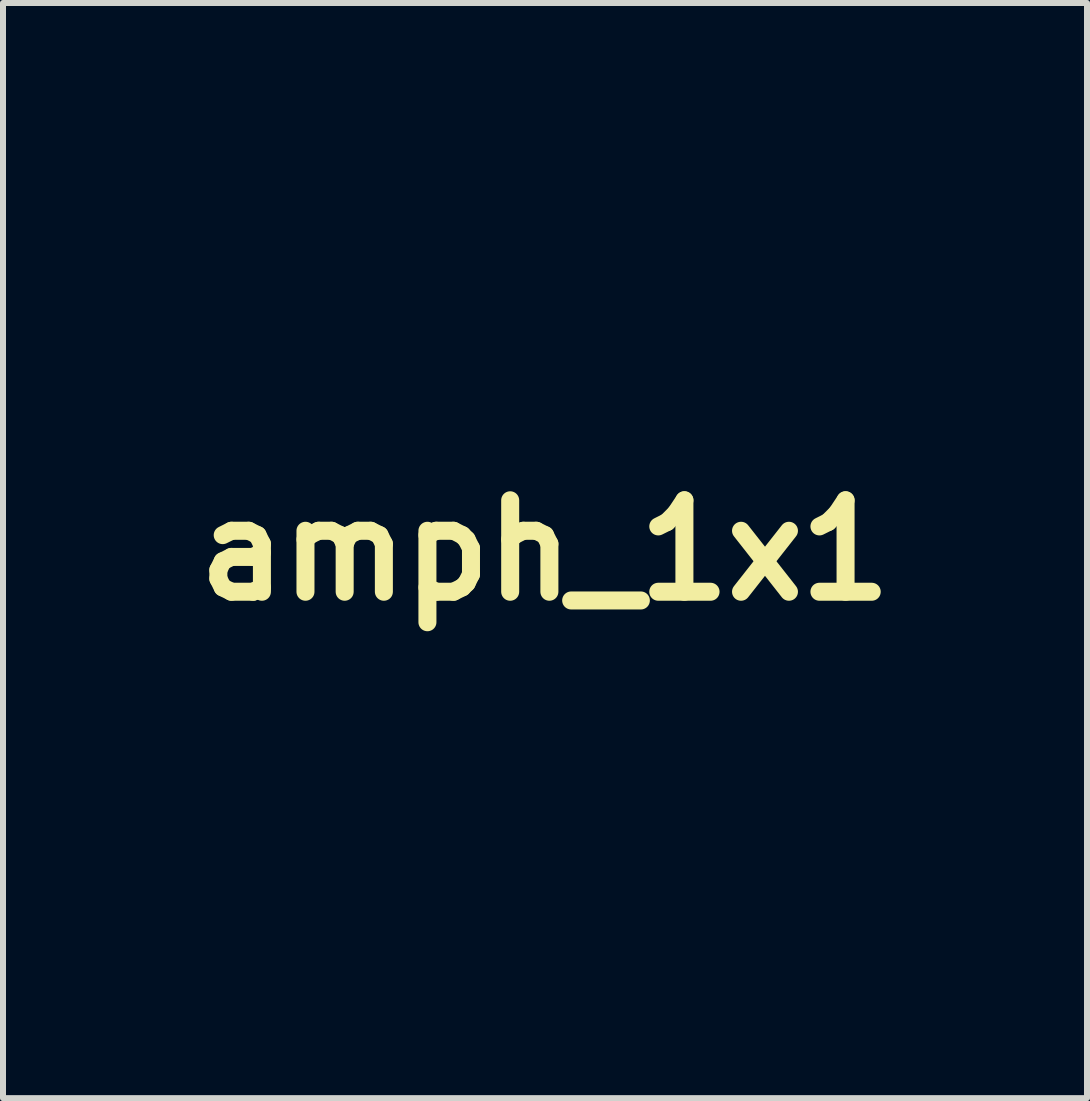
<source format=kicad_pcb>
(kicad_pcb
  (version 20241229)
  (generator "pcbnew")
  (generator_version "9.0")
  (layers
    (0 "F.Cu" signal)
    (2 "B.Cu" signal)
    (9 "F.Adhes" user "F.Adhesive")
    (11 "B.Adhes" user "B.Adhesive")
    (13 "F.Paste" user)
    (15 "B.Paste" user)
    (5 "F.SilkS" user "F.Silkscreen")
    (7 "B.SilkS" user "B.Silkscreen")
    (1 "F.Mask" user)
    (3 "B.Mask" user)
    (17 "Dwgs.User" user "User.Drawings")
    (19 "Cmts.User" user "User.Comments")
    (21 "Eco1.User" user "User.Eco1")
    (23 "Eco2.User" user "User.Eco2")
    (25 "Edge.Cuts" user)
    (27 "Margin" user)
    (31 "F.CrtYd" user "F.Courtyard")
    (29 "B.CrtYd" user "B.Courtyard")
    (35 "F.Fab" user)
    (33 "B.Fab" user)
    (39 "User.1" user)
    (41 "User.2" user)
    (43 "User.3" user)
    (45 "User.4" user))
  (footprint "amph_1x1"
    (layer "F.Cu")
    (at 6.031 6.12)
    (property "Reference" "amph_1x1" (at 0 0 0) (layer "F.SilkS") (effects (font (size 1.524 1.524) (thickness 0.3))))
    (attr through_hole)
    (fp_poly (pts (xy 1.79 -3.576) (xy 1.823 -3.565) (xy 1.83 -3.561) (xy 1.859 -3.541) (xy 1.882 -3.516) (xy 1.898 -3.488) (xy 1.908 -3.457) (xy 1.911 -3.425) (xy 1.907 -3.393) (xy 1.897 -3.361) (xy 1.879 -3.332) (xy 1.866 -3.318) (xy 1.839 -3.296) (xy 1.807 -3.281) (xy 1.774 -3.274) (xy 1.739 -3.274) (xy 1.709 -3.28) (xy 1.677 -3.295) (xy 1.651 -3.316) (xy 1.63 -3.341) (xy 1.615 -3.37) (xy 1.607 -3.402) (xy 1.605 -3.435) (xy 1.611 -3.469) (xy 1.621 -3.494) (xy 1.64 -3.524) (xy 1.664 -3.547) (xy 1.692 -3.565) (xy 1.724 -3.576) (xy 1.757 -3.58) (xy 1.79 -3.576)) (stroke (width 0.01) (type solid)) (fill no) (layer "Eco2.User"))
    (fp_poly (pts (xy 1.164 -3.387) (xy 1.194 -3.375) (xy 1.221 -3.357) (xy 1.244 -3.333) (xy 1.262 -3.305) (xy 1.272 -3.281) (xy 1.278 -3.247) (xy 1.276 -3.213) (xy 1.267 -3.181) (xy 1.251 -3.152) (xy 1.229 -3.126) (xy 1.202 -3.106) (xy 1.173 -3.093) (xy 1.151 -3.088) (xy 1.126 -3.086) (xy 1.099 -3.088) (xy 1.075 -3.093) (xy 1.068 -3.095) (xy 1.043 -3.108) (xy 1.019 -3.128) (xy 0.999 -3.152) (xy 0.986 -3.174) (xy 0.979 -3.189) (xy 0.974 -3.201) (xy 0.973 -3.215) (xy 0.972 -3.232) (xy 0.972 -3.238) (xy 0.972 -3.258) (xy 0.974 -3.274) (xy 0.978 -3.287) (xy 0.983 -3.299) (xy 0.999 -3.325) (xy 1.019 -3.349) (xy 1.043 -3.368) (xy 1.057 -3.377) (xy 1.082 -3.385) (xy 1.111 -3.39) (xy 1.141 -3.39) (xy 1.164 -3.387)) (stroke (width 0.01) (type solid)) (fill no) (layer "Eco2.User"))
    (fp_poly (pts (xy -3.713 4.71) (xy -3.673 4.723) (xy -3.632 4.745) (xy -3.596 4.77) (xy -3.553 4.806) (xy -3.511 4.85) (xy -3.47 4.899) (xy -3.43 4.955) (xy -3.392 5.015) (xy -3.356 5.078) (xy -3.324 5.144) (xy -3.295 5.212) (xy -3.269 5.28) (xy -3.249 5.348) (xy -3.233 5.414) (xy -3.23 5.433) (xy -3.225 5.468) (xy -3.223 5.504) (xy -3.222 5.539) (xy -3.223 5.57) (xy -3.226 5.593) (xy -3.234 5.623) (xy -3.248 5.65) (xy -3.265 5.673) (xy -3.276 5.683) (xy -3.304 5.7) (xy -3.339 5.718) (xy -3.383 5.736) (xy -3.436 5.755) (xy -3.497 5.774) (xy -3.566 5.794) (xy -3.644 5.815) (xy -3.73 5.836) (xy -3.825 5.858) (xy -3.928 5.88) (xy -4.04 5.903) (xy -4.16 5.926) (xy -4.289 5.95) (xy -4.426 5.974) (xy -4.571 5.999) (xy -4.667 6.015) (xy -4.699 6.021) (xy -4.735 6.027) (xy -4.776 6.033) (xy -4.82 6.04) (xy -4.866 6.048) (xy -4.913 6.055) (xy -4.962 6.063) (xy -5.01 6.071) (xy -5.058 6.078) (xy -5.105 6.085) (xy -5.15 6.092) (xy -5.191 6.099) (xy -5.229 6.105) (xy -5.263 6.11) (xy -5.292 6.114) (xy -5.315 6.118) (xy -5.331 6.12) (xy -5.34 6.121) (xy -5.342 6.121) (xy -5.348 6.119) (xy -5.357 6.112) (xy -5.357 6.111) (xy -5.366 6.097) (xy -5.368 6.087) (xy -5.367 6.08) (xy -5.364 6.073) (xy -5.357 6.063) (xy -5.346 6.051) (xy -5.331 6.035) (xy -5.236 5.937) (xy -5.146 5.845) (xy -5.062 5.758) (xy -4.982 5.677) (xy -4.906 5.601) (xy -4.834 5.529) (xy -4.766 5.462) (xy -4.702 5.399) (xy -4.64 5.34) (xy -4.581 5.284) (xy -4.525 5.231) (xy -4.47 5.181) (xy -4.417 5.133) (xy -4.366 5.088) (xy -4.315 5.044) (xy -4.28 5.014) (xy -4.214 4.96) (xy -4.152 4.91) (xy -4.092 4.865) (xy -4.035 4.825) (xy -3.982 4.791) (xy -3.934 4.762) (xy -3.889 4.738) (xy -3.85 4.721) (xy -3.83 4.714) (xy -3.791 4.705) (xy -3.752 4.703) (xy -3.713 4.71)) (stroke (width 0.01) (type solid)) (fill no) (layer "Eco2.User"))
    (fp_poly (pts (xy 1.133 -6.115) (xy 1.175 -6.114) (xy 1.212 -6.113) (xy 1.247 -6.111) (xy 1.28 -6.109) (xy 1.314 -6.106) (xy 1.35 -6.102) (xy 1.39 -6.096) (xy 1.397 -6.095) (xy 1.532 -6.073) (xy 1.665 -6.042) (xy 1.796 -6.003) (xy 1.924 -5.956) (xy 2.049 -5.901) (xy 2.171 -5.839) (xy 2.29 -5.769) (xy 2.406 -5.691) (xy 2.517 -5.606) (xy 2.544 -5.584) (xy 2.568 -5.563) (xy 2.596 -5.538) (xy 2.627 -5.508) (xy 2.66 -5.476) (xy 2.693 -5.443) (xy 2.726 -5.41) (xy 2.757 -5.378) (xy 2.784 -5.348) (xy 2.808 -5.323) (xy 2.818 -5.311) (xy 2.905 -5.2) (xy 2.984 -5.085) (xy 3.056 -4.967) (xy 3.121 -4.846) (xy 3.178 -4.721) (xy 3.227 -4.594) (xy 3.267 -4.465) (xy 3.3 -4.333) (xy 3.321 -4.227) (xy 3.34 -4.088) (xy 3.35 -3.949) (xy 3.352 -3.811) (xy 3.346 -3.674) (xy 3.332 -3.539) (xy 3.31 -3.405) (xy 3.279 -3.273) (xy 3.241 -3.143) (xy 3.194 -3.015) (xy 3.14 -2.89) (xy 3.078 -2.768) (xy 3.008 -2.649) (xy 2.931 -2.533) (xy 2.846 -2.42) (xy 2.819 -2.387) (xy 2.798 -2.363) (xy 2.772 -2.335) (xy 2.742 -2.303) (xy 2.71 -2.27) (xy 2.676 -2.236) (xy 2.643 -2.203) (xy 2.61 -2.172) (xy 2.58 -2.144) (xy 2.554 -2.121) (xy 2.544 -2.113) (xy 2.433 -2.025) (xy 2.318 -1.945) (xy 2.2 -1.873) (xy 2.08 -1.809) (xy 1.956 -1.753) (xy 1.829 -1.704) (xy 1.698 -1.664) (xy 1.564 -1.631) (xy 1.426 -1.605) (xy 1.308 -1.59) (xy 1.262 -1.586) (xy 1.21 -1.583) (xy 1.154 -1.581) (xy 1.095 -1.58) (xy 1.037 -1.58) (xy 0.979 -1.582) (xy 0.926 -1.584) (xy 0.877 -1.588) (xy 0.852 -1.59) (xy 0.83 -1.593) (xy 0.83 -1.568) (xy 0.83 -1.546) (xy 0.832 -1.519) (xy 0.835 -1.487) (xy 0.839 -1.452) (xy 0.843 -1.417) (xy 0.848 -1.383) (xy 0.852 -1.352) (xy 0.853 -1.35) (xy 0.864 -1.289) (xy 0.878 -1.228) (xy 0.895 -1.167) (xy 0.915 -1.103) (xy 0.937 -1.037) (xy 0.963 -0.968) (xy 0.993 -0.895) (xy 1.027 -0.817) (xy 1.065 -0.733) (xy 1.107 -0.646) (xy 1.117 -0.624) (xy 1.13 -0.598) (xy 1.145 -0.57) (xy 1.16 -0.54) (xy 1.175 -0.511) (xy 1.19 -0.482) (xy 1.204 -0.456) (xy 1.216 -0.433) (xy 1.226 -0.414) (xy 1.233 -0.402) (xy 1.236 -0.398) (xy 1.239 -0.397) (xy 1.245 -0.398) (xy 1.254 -0.403) (xy 1.269 -0.412) (xy 1.285 -0.423) (xy 1.353 -0.464) (xy 1.425 -0.498) (xy 1.503 -0.528) (xy 1.586 -0.552) (xy 1.676 -0.571) (xy 1.708 -0.576) (xy 1.736 -0.58) (xy 1.77 -0.583) (xy 1.809 -0.585) (xy 1.851 -0.587) (xy 1.894 -0.588) (xy 1.937 -0.588) (xy 1.977 -0.588) (xy 2.013 -0.587) (xy 2.043 -0.584) (xy 2.044 -0.584) (xy 2.1 -0.578) (xy 2.151 -0.57) (xy 2.198 -0.559) (xy 2.244 -0.546) (xy 2.289 -0.529) (xy 2.335 -0.508) (xy 2.385 -0.482) (xy 2.42 -0.462) (xy 2.472 -0.432) (xy 2.492 -0.445) (xy 2.514 -0.456) (xy 2.536 -0.463) (xy 2.562 -0.466) (xy 2.574 -0.466) (xy 2.594 -0.465) (xy 2.612 -0.462) (xy 2.629 -0.457) (xy 2.645 -0.447) (xy 2.663 -0.434) (xy 2.684 -0.415) (xy 2.705 -0.394) (xy 2.759 -0.339) (xy 2.808 -0.288) (xy 2.85 -0.243) (xy 2.888 -0.202) (xy 2.921 -0.164) (xy 2.95 -0.13) (xy 2.975 -0.098) (xy 2.996 -0.069) (xy 3.014 -0.041) (xy 3.029 -0.015) (xy 3.042 0.011) (xy 3.053 0.036) (xy 3.061 0.059) (xy 3.074 0.112) (xy 3.08 0.165) (xy 3.077 0.219) (xy 3.067 0.274) (xy 3.048 0.33) (xy 3.021 0.387) (xy 2.986 0.445) (xy 2.942 0.505) (xy 2.932 0.518) (xy 2.919 0.534) (xy 2.907 0.548) (xy 2.899 0.559) (xy 2.894 0.565) (xy 2.894 0.565) (xy 2.895 0.57) (xy 2.9 0.583) (xy 2.909 0.601) (xy 2.922 0.624) (xy 2.925 0.631) (xy 2.941 0.66) (xy 2.96 0.694) (xy 2.98 0.734) (xy 3.001 0.775) (xy 3.022 0.818) (xy 3.042 0.86) (xy 3.06 0.9) (xy 3.076 0.935) (xy 3.088 0.963) (xy 3.097 0.984) (xy 3.105 1.002) (xy 3.111 1.016) (xy 3.115 1.024) (xy 3.116 1.026) (xy 3.121 1.026) (xy 3.133 1.024) (xy 3.15 1.021) (xy 3.173 1.016) (xy 3.199 1.01) (xy 3.216 1.006) (xy 3.363 0.971) (xy 3.502 0.94) (xy 3.636 0.912) (xy 3.763 0.888) (xy 3.885 0.867) (xy 4.002 0.85) (xy 4.115 0.835) (xy 4.224 0.824) (xy 4.33 0.816) (xy 4.434 0.811) (xy 4.479 0.81) (xy 4.582 0.81) (xy 4.68 0.813) (xy 4.772 0.821) (xy 4.858 0.832) (xy 4.938 0.847) (xy 5.011 0.866) (xy 5.078 0.889) (xy 5.138 0.915) (xy 5.191 0.945) (xy 5.236 0.978) (xy 5.261 1.001) (xy 5.29 1.037) (xy 5.314 1.079) (xy 5.333 1.126) (xy 5.345 1.178) (xy 5.352 1.234) (xy 5.352 1.293) (xy 5.347 1.355) (xy 5.336 1.419) (xy 5.318 1.486) (xy 5.295 1.554) (xy 5.291 1.563) (xy 5.256 1.643) (xy 5.213 1.725) (xy 5.163 1.807) (xy 5.105 1.891) (xy 5.039 1.976) (xy 4.966 2.062) (xy 4.885 2.15) (xy 4.796 2.24) (xy 4.699 2.331) (xy 4.6 2.419) (xy 4.422 2.57) (xy 4.236 2.721) (xy 4.042 2.871) (xy 3.841 3.022) (xy 3.632 3.171) (xy 3.417 3.32) (xy 3.196 3.468) (xy 2.968 3.615) (xy 2.734 3.761) (xy 2.495 3.905) (xy 2.25 4.047) (xy 2.001 4.187) (xy 1.747 4.325) (xy 1.71 4.345) (xy 1.572 4.417) (xy 1.433 4.489) (xy 1.294 4.559) (xy 1.156 4.627) (xy 1.018 4.694) (xy 0.882 4.759) (xy 0.747 4.822) (xy 0.613 4.882) (xy 0.482 4.941) (xy 0.354 4.997) (xy 0.228 5.05) (xy 0.105 5.101) (xy -0.014 5.148) (xy -0.129 5.193) (xy -0.239 5.234) (xy -0.345 5.272) (xy -0.446 5.307) (xy -0.542 5.338) (xy -0.632 5.365) (xy -0.716 5.388) (xy -0.793 5.407) (xy -0.864 5.422) (xy -0.874 5.424) (xy -0.908 5.429) (xy -0.943 5.432) (xy -0.977 5.433) (xy -1.009 5.433) (xy -1.037 5.431) (xy -1.058 5.427) (xy -1.063 5.426) (xy -1.095 5.413) (xy -1.13 5.395) (xy -1.163 5.375) (xy -1.172 5.369) (xy -1.197 5.349) (xy -1.225 5.324) (xy -1.256 5.295) (xy -1.287 5.263) (xy -1.317 5.229) (xy -1.345 5.196) (xy -1.37 5.164) (xy -1.375 5.157) (xy -1.387 5.14) (xy -1.416 5.181) (xy -1.447 5.223) (xy -1.482 5.268) (xy -1.52 5.313) (xy -1.558 5.359) (xy -1.597 5.402) (xy -1.633 5.441) (xy -1.667 5.475) (xy -1.675 5.482) (xy -1.737 5.538) (xy -1.799 5.586) (xy -1.858 5.628) (xy -1.915 5.662) (xy -1.97 5.688) (xy -2.022 5.707) (xy -2.038 5.711) (xy -2.058 5.715) (xy -2.082 5.717) (xy -2.107 5.719) (xy -2.131 5.719) (xy -2.151 5.718) (xy -2.161 5.716) (xy -2.183 5.71) (xy -2.208 5.701) (xy -2.234 5.69) (xy -2.258 5.678) (xy -2.275 5.668) (xy -2.303 5.647) (xy -2.333 5.62) (xy -2.364 5.586) (xy -2.398 5.548) (xy -2.431 5.506) (xy -2.464 5.46) (xy -2.479 5.438) (xy -2.523 5.37) (xy -2.567 5.296) (xy -2.612 5.214) (xy -2.658 5.128) (xy -2.704 5.037) (xy -2.749 4.942) (xy -2.793 4.845) (xy -2.835 4.746) (xy -2.876 4.647) (xy -2.915 4.548) (xy -2.95 4.45) (xy -2.965 4.407) (xy -2.99 4.332) (xy -3.011 4.264) (xy -3.028 4.202) (xy -3.04 4.148) (xy -3.049 4.1) (xy -3.054 4.057) (xy -3.055 4.041) (xy -3.056 4.025) (xy -2.954 4.025) (xy -2.954 4.049) (xy -2.951 4.078) (xy -2.945 4.111) (xy -2.935 4.149) (xy -2.925 4.187) (xy -2.9 4.275) (xy -2.87 4.366) (xy -2.837 4.461) (xy -2.801 4.558) (xy -2.762 4.656) (xy -2.721 4.755) (xy -2.678 4.852) (xy -2.633 4.948) (xy -2.588 5.04) (xy -2.542 5.129) (xy -2.497 5.212) (xy -2.452 5.289) (xy -2.408 5.359) (xy -2.402 5.368) (xy -2.363 5.425) (xy -2.326 5.474) (xy -2.291 5.515) (xy -2.258 5.549) (xy -2.227 5.575) (xy -2.198 5.593) (xy -2.195 5.595) (xy -2.168 5.606) (xy -2.143 5.613) (xy -2.117 5.615) (xy -2.089 5.612) (xy -2.055 5.605) (xy -2.053 5.604) (xy -2.01 5.59) (xy -1.964 5.568) (xy -1.915 5.539) (xy -1.864 5.504) (xy -1.812 5.463) (xy -1.759 5.417) (xy -1.706 5.366) (xy -1.652 5.31) (xy -1.6 5.25) (xy -1.561 5.203) (xy -1.547 5.184) (xy -1.532 5.164) (xy -1.516 5.142) (xy -1.5 5.12) (xy -1.485 5.1) (xy -1.472 5.081) (xy -1.461 5.066) (xy -1.455 5.055) (xy -1.452 5.05) (xy -1.452 5.05) (xy -1.454 5.045) (xy -1.46 5.035) (xy -1.469 5.019) (xy -1.48 5) (xy -1.49 4.984) (xy -1.563 4.854) (xy -1.632 4.718) (xy -1.697 4.577) (xy -1.756 4.432) (xy -1.809 4.283) (xy -1.856 4.133) (xy -1.897 3.982) (xy -1.925 3.859) (xy -1.937 3.804) (xy -1.979 3.801) (xy -1.993 3.8) (xy -2.014 3.799) (xy -2.042 3.799) (xy -2.073 3.798) (xy -2.109 3.797) (xy -2.146 3.796) (xy -2.182 3.795) (xy -2.285 3.794) (xy -2.38 3.795) (xy -2.468 3.799) (xy -2.547 3.805) (xy -2.619 3.813) (xy -2.683 3.824) (xy -2.741 3.837) (xy -2.791 3.853) (xy -2.834 3.871) (xy -2.87 3.891) (xy -2.9 3.915) (xy -2.923 3.941) (xy -2.939 3.966) (xy -2.947 3.985) (xy -2.952 4.004) (xy -2.954 4.025) (xy -3.056 4.025) (xy -3.056 4.018) (xy -3.056 4.002) (xy -3.055 3.989) (xy -3.052 3.976) (xy -3.048 3.962) (xy -3.046 3.956) (xy -3.028 3.913) (xy -3.004 3.875) (xy -2.975 3.842) (xy -2.937 3.812) (xy -2.93 3.807) (xy -2.894 3.785) (xy -2.854 3.767) (xy -2.809 3.75) (xy -2.758 3.736) (xy -2.701 3.723) (xy -2.638 3.713) (xy -2.568 3.705) (xy -2.49 3.698) (xy -2.443 3.695) (xy -2.419 3.694) (xy -2.39 3.693) (xy -2.354 3.693) (xy -2.315 3.693) (xy -2.273 3.692) (xy -2.23 3.693) (xy -2.186 3.693) (xy -2.143 3.693) (xy -2.102 3.694) (xy -2.065 3.695) (xy -2.032 3.696) (xy -2.005 3.697) (xy -1.985 3.698) (xy -1.983 3.698) (xy -1.953 3.701) (xy -1.959 3.659) (xy -1.964 3.61) (xy -1.968 3.557) (xy -1.971 3.502) (xy -1.973 3.447) (xy -1.973 3.425) (xy -1.869 3.425) (xy -1.869 3.47) (xy -1.868 3.509) (xy -1.867 3.544) (xy -1.865 3.576) (xy -1.862 3.608) (xy -1.858 3.642) (xy -1.852 3.679) (xy -1.845 3.722) (xy -1.843 3.736) (xy -1.827 3.826) (xy -1.807 3.917) (xy -1.784 4.009) (xy -1.758 4.101) (xy -1.73 4.193) (xy -1.699 4.285) (xy -1.666 4.375) (xy -1.632 4.464) (xy -1.595 4.551) (xy -1.557 4.636) (xy -1.518 4.718) (xy -1.478 4.796) (xy -1.437 4.871) (xy -1.395 4.942) (xy -1.353 5.009) (xy -1.311 5.071) (xy -1.269 5.127) (xy -1.227 5.177) (xy -1.185 5.222) (xy -1.145 5.26) (xy -1.105 5.29) (xy -1.066 5.313) (xy -1.031 5.328) (xy -1.01 5.332) (xy -0.983 5.333) (xy -0.949 5.331) (xy -0.919 5.327) (xy -0.867 5.318) (xy -0.808 5.306) (xy -0.743 5.289) (xy -0.671 5.269) (xy -0.593 5.245) (xy -0.51 5.219) (xy -0.421 5.189) (xy -0.328 5.156) (xy -0.23 5.12) (xy -0.128 5.081) (xy -0.023 5.04) (xy 0.086 4.997) (xy 0.197 4.951) (xy 0.311 4.903) (xy 0.427 4.853) (xy 0.545 4.802) (xy 0.664 4.748) (xy 0.717 4.724) (xy 0.803 4.684) (xy 0.894 4.641) (xy 0.99 4.595) (xy 1.089 4.547) (xy 1.188 4.498) (xy 1.287 4.449) (xy 1.384 4.401) (xy 1.477 4.353) (xy 1.565 4.308) (xy 1.607 4.286) (xy 1.88 4.14) (xy 2.147 3.992) (xy 2.409 3.841) (xy 2.664 3.688) (xy 2.913 3.533) (xy 3.155 3.377) (xy 3.39 3.218) (xy 3.618 3.058) (xy 3.839 2.897) (xy 4.053 2.735) (xy 4.258 2.572) (xy 4.456 2.408) (xy 4.557 2.32) (xy 4.586 2.294) (xy 4.619 2.265) (xy 4.654 2.232) (xy 4.69 2.196) (xy 4.727 2.16) (xy 4.764 2.123) (xy 4.8 2.088) (xy 4.833 2.053) (xy 4.864 2.022) (xy 4.89 1.993) (xy 4.911 1.97) (xy 4.915 1.964) (xy 4.977 1.888) (xy 5.032 1.815) (xy 5.08 1.744) (xy 5.122 1.675) (xy 5.157 1.607) (xy 5.188 1.539) (xy 5.197 1.518) (xy 5.217 1.458) (xy 5.232 1.398) (xy 5.243 1.34) (xy 5.247 1.284) (xy 5.247 1.232) (xy 5.24 1.183) (xy 5.229 1.14) (xy 5.223 1.127) (xy 5.207 1.099) (xy 5.183 1.072) (xy 5.15 1.046) (xy 5.109 1.021) (xy 5.082 1.007) (xy 5.021 0.981) (xy 4.952 0.959) (xy 4.876 0.942) (xy 4.794 0.928) (xy 4.704 0.919) (xy 4.608 0.913) (xy 4.505 0.912) (xy 4.396 0.915) (xy 4.281 0.923) (xy 4.159 0.934) (xy 4.031 0.95) (xy 3.898 0.969) (xy 3.758 0.993) (xy 3.614 1.021) (xy 3.476 1.05) (xy 3.429 1.061) (xy 3.383 1.071) (xy 3.34 1.082) (xy 3.299 1.091) (xy 3.262 1.1) (xy 3.229 1.109) (xy 3.202 1.116) (xy 3.18 1.122) (xy 3.164 1.127) (xy 3.155 1.131) (xy 3.154 1.132) (xy 3.155 1.137) (xy 3.159 1.149) (xy 3.164 1.166) (xy 3.17 1.187) (xy 3.173 1.196) (xy 3.188 1.246) (xy 3.203 1.298) (xy 3.216 1.35) (xy 3.227 1.4) (xy 3.237 1.448) (xy 3.245 1.493) (xy 3.25 1.532) (xy 3.253 1.565) (xy 3.253 1.577) (xy 3.253 1.598) (xy 3.252 1.613) (xy 3.251 1.625) (xy 3.247 1.635) (xy 3.242 1.646) (xy 3.241 1.648) (xy 3.222 1.678) (xy 3.199 1.701) (xy 3.172 1.718) (xy 3.142 1.729) (xy 3.111 1.733) (xy 3.08 1.731) (xy 3.05 1.723) (xy 3.021 1.708) (xy 2.996 1.687) (xy 2.978 1.663) (xy 2.971 1.651) (xy 2.966 1.636) (xy 2.96 1.617) (xy 2.955 1.593) (xy 2.95 1.562) (xy 2.946 1.541) (xy 2.942 1.517) (xy 2.936 1.487) (xy 2.929 1.455) (xy 2.922 1.424) (xy 2.918 1.408) (xy 2.911 1.382) (xy 2.904 1.354) (xy 2.896 1.325) (xy 2.887 1.297) (xy 2.879 1.27) (xy 2.872 1.247) (xy 2.866 1.229) (xy 2.861 1.216) (xy 2.858 1.21) (xy 2.858 1.209) (xy 2.853 1.21) (xy 2.841 1.212) (xy 2.824 1.216) (xy 2.803 1.221) (xy 2.778 1.227) (xy 2.752 1.235) (xy 2.725 1.242) (xy 2.7 1.25) (xy 2.69 1.253) (xy 2.678 1.257) (xy 2.659 1.262) (xy 2.636 1.269) (xy 2.61 1.276) (xy 2.593 1.281) (xy 2.564 1.289) (xy 2.529 1.299) (xy 2.487 1.311) (xy 2.441 1.325) (xy 2.39 1.34) (xy 2.337 1.356) (xy 2.282 1.372) (xy 2.226 1.389) (xy 2.171 1.406) (xy 2.117 1.423) (xy 2.065 1.439) (xy 2.017 1.454) (xy 1.975 1.467) (xy 1.939 1.478) (xy 1.904 1.489) (xy 1.872 1.499) (xy 1.843 1.508) (xy 1.819 1.516) (xy 1.801 1.522) (xy 1.79 1.525) (xy 1.789 1.525) (xy 1.772 1.531) (xy 1.762 1.537) (xy 1.755 1.543) (xy 1.753 1.547) (xy 1.735 1.576) (xy 1.713 1.609) (xy 1.688 1.643) (xy 1.662 1.674) (xy 1.644 1.693) (xy 1.601 1.739) (xy 1.605 1.776) (xy 1.606 1.798) (xy 1.608 1.82) (xy 1.609 1.84) (xy 1.609 1.843) (xy 1.609 1.857) (xy 1.609 1.867) (xy 1.61 1.871) (xy 1.61 1.871) (xy 1.614 1.869) (xy 1.624 1.864) (xy 1.637 1.856) (xy 1.641 1.854) (xy 1.672 1.837) (xy 1.7 1.826) (xy 1.728 1.82) (xy 1.75 1.817) (xy 1.788 1.818) (xy 1.823 1.824) (xy 1.854 1.838) (xy 1.884 1.859) (xy 1.912 1.887) (xy 1.939 1.923) (xy 1.942 1.927) (xy 1.969 1.973) (xy 1.995 2.028) (xy 2.02 2.09) (xy 2.044 2.161) (xy 2.066 2.238) (xy 2.086 2.323) (xy 2.105 2.416) (xy 2.123 2.515) (xy 2.139 2.621) (xy 2.153 2.733) (xy 2.161 2.809) (xy 2.168 2.887) (xy 2.174 2.957) (xy 2.178 3.02) (xy 2.18 3.078) (xy 2.18 3.131) (xy 2.178 3.18) (xy 2.175 3.225) (xy 2.169 3.268) (xy 2.162 3.309) (xy 2.153 3.35) (xy 2.153 3.351) (xy 2.131 3.423) (xy 2.105 3.489) (xy 2.073 3.548) (xy 2.036 3.6) (xy 1.994 3.646) (xy 1.947 3.686) (xy 1.927 3.699) (xy 1.879 3.727) (xy 1.829 3.748) (xy 1.776 3.763) (xy 1.719 3.773) (xy 1.656 3.777) (xy 1.634 3.777) (xy 1.555 3.774) (xy 1.481 3.763) (xy 1.411 3.747) (xy 1.346 3.724) (xy 1.286 3.694) (xy 1.232 3.659) (xy 1.183 3.617) (xy 1.174 3.608) (xy 1.139 3.573) (xy 1.094 3.581) (xy 1.06 3.586) (xy 1.02 3.589) (xy 0.973 3.59) (xy 0.921 3.59) (xy 0.865 3.588) (xy 0.807 3.584) (xy 0.747 3.578) (xy 0.703 3.573) (xy 0.56 3.55) (xy 0.419 3.519) (xy 0.28 3.48) (xy 0.143 3.433) (xy 0.008 3.378) (xy -0.124 3.315) (xy -0.253 3.244) (xy -0.38 3.165) (xy -0.408 3.147) (xy -0.487 3.091) (xy -0.562 3.035) (xy -0.635 2.976) (xy -0.707 2.912) (xy -0.781 2.843) (xy -0.814 2.811) (xy -0.855 2.77) (xy -0.89 2.734) (xy -0.919 2.7) (xy -0.945 2.669) (xy -0.967 2.638) (xy -0.98 2.619) (xy -0.99 2.605) (xy -0.998 2.594) (xy -1.004 2.588) (xy -1.005 2.587) (xy -1.01 2.588) (xy -1.021 2.594) (xy -1.038 2.602) (xy -1.06 2.613) (xy -1.087 2.625) (xy -1.116 2.64) (xy -1.148 2.656) (xy -1.153 2.658) (xy -1.252 2.708) (xy -1.342 2.756) (xy -1.425 2.802) (xy -1.5 2.845) (xy -1.567 2.886) (xy -1.627 2.926) (xy -1.679 2.964) (xy -1.724 3) (xy -1.762 3.034) (xy -1.772 3.044) (xy -1.794 3.068) (xy -1.811 3.089) (xy -1.823 3.11) (xy -1.833 3.133) (xy -1.842 3.16) (xy -1.844 3.167) (xy -1.85 3.194) (xy -1.856 3.219) (xy -1.86 3.243) (xy -1.864 3.268) (xy -1.866 3.295) (xy -1.868 3.325) (xy -1.869 3.36) (xy -1.869 3.402) (xy -1.869 3.425) (xy -1.973 3.425) (xy -1.973 3.394) (xy -1.972 3.344) (xy -1.97 3.301) (xy -1.968 3.284) (xy -1.962 3.238) (xy -1.954 3.192) (xy -1.944 3.148) (xy -1.933 3.108) (xy -1.92 3.073) (xy -1.907 3.045) (xy -1.905 3.041) (xy -1.888 3.017) (xy -1.865 2.991) (xy -1.836 2.962) (xy -1.801 2.931) (xy -1.762 2.899) (xy -1.719 2.866) (xy -1.674 2.834) (xy -1.651 2.819) (xy -1.598 2.785) (xy -1.54 2.75) (xy -1.477 2.713) (xy -1.412 2.677) (xy -1.346 2.641) (xy -1.29 2.612) (xy -1.269 2.601) (xy -1.251 2.592) (xy -1.238 2.584) (xy -1.23 2.58) (xy -1.228 2.578) (xy -1.232 2.577) (xy -1.242 2.574) (xy -1.259 2.57) (xy -1.279 2.565) (xy -1.294 2.562) (xy -1.447 2.525) (xy -1.598 2.48) (xy -1.746 2.427) (xy -1.892 2.368) (xy -2.034 2.301) (xy -2.173 2.228) (xy -2.307 2.149) (xy -2.435 2.063) (xy -2.521 2) (xy -2.239 2) (xy -2.239 2.026) (xy -2.238 2.046) (xy -2.236 2.06) (xy -2.232 2.071) (xy -2.225 2.079) (xy -2.215 2.087) (xy -2.2 2.096) (xy -2.189 2.103) (xy -2.064 2.173) (xy -1.934 2.238) (xy -1.798 2.297) (xy -1.659 2.35) (xy -1.516 2.397) (xy -1.37 2.438) (xy -1.223 2.471) (xy -1.209 2.474) (xy -1.18 2.48) (xy -1.151 2.485) (xy -1.125 2.49) (xy -1.102 2.495) (xy -1.083 2.498) (xy -1.071 2.501) (xy -1.067 2.501) (xy -1.062 2.5) (xy -1.059 2.498) (xy -1.057 2.495) (xy -1.057 2.49) (xy -1.06 2.481) (xy -1.066 2.467) (xy -1.074 2.448) (xy -1.086 2.423) (xy -1.087 2.421) (xy -1.146 2.288) (xy -1.198 2.157) (xy -1.243 2.029) (xy -1.281 1.905) (xy -1.311 1.783) (xy -1.333 1.665) (xy -1.34 1.619) (xy -1.343 1.599) (xy -1.345 1.582) (xy -1.347 1.57) (xy -1.348 1.564) (xy -1.353 1.562) (xy -1.365 1.565) (xy -1.385 1.571) (xy -1.392 1.573) (xy -1.429 1.584) (xy -1.471 1.595) (xy -1.515 1.604) (xy -1.558 1.612) (xy -1.566 1.614) (xy -1.589 1.616) (xy -1.618 1.618) (xy -1.651 1.619) (xy -1.687 1.619) (xy -1.723 1.618) (xy -1.758 1.617) (xy -1.79 1.615) (xy -1.81 1.613) (xy -1.832 1.611) (xy -1.849 1.61) (xy -1.863 1.61) (xy -1.876 1.611) (xy -1.892 1.614) (xy -1.905 1.617) (xy -1.969 1.634) (xy -2.027 1.656) (xy -2.077 1.683) (xy -2.121 1.715) (xy -2.158 1.751) (xy -2.188 1.793) (xy -2.211 1.839) (xy -2.228 1.89) (xy -2.237 1.946) (xy -2.239 2) (xy -2.521 2) (xy -2.558 1.972) (xy -2.576 1.958) (xy -2.61 1.93) (xy -2.646 1.9) (xy -2.683 1.867) (xy -2.721 1.833) (xy -2.758 1.799) (xy -2.794 1.765) (xy -2.827 1.733) (xy -2.857 1.703) (xy -2.883 1.676) (xy -2.903 1.653) (xy -2.91 1.644) (xy -2.92 1.632) (xy -2.934 1.616) (xy -2.949 1.598) (xy -2.961 1.585) (xy -2.962 1.583) (xy -2.826 1.583) (xy -2.749 1.659) (xy -2.728 1.68) (xy -2.709 1.699) (xy -2.693 1.714) (xy -2.68 1.726) (xy -2.671 1.734) (xy -2.668 1.736) (xy -2.665 1.732) (xy -2.66 1.723) (xy -2.657 1.713) (xy -2.635 1.66) (xy -2.607 1.608) (xy -2.574 1.559) (xy -2.538 1.514) (xy -2.499 1.474) (xy -2.458 1.441) (xy -2.415 1.415) (xy -2.413 1.414) (xy -2.395 1.405) (xy -2.409 1.396) (xy -2.417 1.391) (xy -2.431 1.382) (xy -2.449 1.37) (xy -2.47 1.357) (xy -2.491 1.343) (xy -2.559 1.299) (xy -2.579 1.303) (xy -2.607 1.312) (xy -2.638 1.324) (xy -2.668 1.34) (xy -2.695 1.355) (xy -2.733 1.386) (xy -2.766 1.422) (xy -2.792 1.462) (xy -2.811 1.506) (xy -2.822 1.553) (xy -2.823 1.558) (xy -2.826 1.583) (xy -2.962 1.583) (xy -3.031 1.502) (xy -3.1 1.412) (xy -3.17 1.316) (xy -3.237 1.215) (xy -3.302 1.11) (xy -3.352 1.024) (xy -3.233 1.024) (xy -3.23 1.031) (xy -3.224 1.042) (xy -3.219 1.05) (xy -3.209 1.067) (xy -3.197 1.087) (xy -3.183 1.108) (xy -3.169 1.13) (xy -3.155 1.151) (xy -3.142 1.17) (xy -3.131 1.187) (xy -3.122 1.199) (xy -3.117 1.205) (xy -3.116 1.206) (xy -3.112 1.203) (xy -3.105 1.195) (xy -3.097 1.183) (xy -3.097 1.182) (xy -3.079 1.159) (xy -3.057 1.134) (xy -3.032 1.109) (xy -3.007 1.087) (xy -2.992 1.075) (xy -2.967 1.06) (xy -2.939 1.045) (xy -2.904 1.031) (xy -2.899 1.029) (xy -2.898 1.027) (xy -2.9 1.023) (xy -2.906 1.015) (xy -2.916 1.004) (xy -2.931 0.988) (xy -2.951 0.967) (xy -2.967 0.951) (xy -3.043 0.875) (xy -3.069 0.882) (xy -3.114 0.899) (xy -3.155 0.923) (xy -3.161 0.928) (xy -3.178 0.943) (xy -3.196 0.963) (xy -3.212 0.984) (xy -3.225 1.003) (xy -3.229 1.01) (xy -3.232 1.017) (xy -3.233 1.024) (xy -3.352 1.024) (xy -3.365 1.002) (xy -3.424 0.893) (xy -3.478 0.783) (xy -3.527 0.674) (xy -3.535 0.657) (xy -3.543 0.638) (xy -3.549 0.626) (xy -3.554 0.618) (xy -3.559 0.613) (xy -3.565 0.611) (xy -3.57 0.609) (xy -3.638 0.589) (xy -3.701 0.562) (xy -3.759 0.529) (xy -3.813 0.489) (xy -3.861 0.445) (xy -3.909 0.391) (xy -3.95 0.335) (xy -3.983 0.275) (xy -4.008 0.212) (xy -4.026 0.144) (xy -4.033 0.108) (xy -4.036 0.082) (xy -4.037 0.05) (xy -4.038 0.017) (xy -3.937 0.017) (xy -3.933 0.081) (xy -3.921 0.143) (xy -3.902 0.203) (xy -3.876 0.258) (xy -3.843 0.31) (xy -3.804 0.358) (xy -3.76 0.4) (xy -3.71 0.438) (xy -3.656 0.469) (xy -3.597 0.493) (xy -3.535 0.511) (xy -3.518 0.514) (xy -3.489 0.518) (xy -3.455 0.52) (xy -3.419 0.52) (xy -3.384 0.518) (xy -3.354 0.515) (xy -3.352 0.514) (xy -3.294 0.501) (xy -3.24 0.481) (xy -3.2 0.463) (xy -3.145 0.43) (xy -3.096 0.391) (xy -3.052 0.347) (xy -3.015 0.298) (xy -2.984 0.245) (xy -2.959 0.189) (xy -2.942 0.131) (xy -2.932 0.07) (xy -2.929 0.008) (xy -2.934 -0.054) (xy -2.947 -0.117) (xy -2.953 -0.138) (xy -2.97 -0.179) (xy -2.991 -0.223) (xy -3.017 -0.265) (xy -3.045 -0.304) (xy -3.074 -0.337) (xy -3.082 -0.346) (xy -3.132 -0.387) (xy -3.187 -0.422) (xy -3.245 -0.45) (xy -3.306 -0.47) (xy -3.369 -0.483) (xy -3.433 -0.487) (xy -3.433 -0.487) (xy -3.497 -0.483) (xy -3.559 -0.471) (xy -3.618 -0.452) (xy -3.673 -0.426) (xy -3.724 -0.394) (xy -3.771 -0.356) (xy -3.814 -0.313) (xy -3.85 -0.265) (xy -3.881 -0.213) (xy -3.906 -0.157) (xy -3.924 -0.098) (xy -3.934 -0.036) (xy -3.937 0.017) (xy -4.038 0.017) (xy -4.038 0.015) (xy -4.037 -0.021) (xy -4.035 -0.055) (xy -4.032 -0.085) (xy -4.028 -0.106) (xy -4.009 -0.175) (xy -3.983 -0.24) (xy -3.949 -0.301) (xy -3.908 -0.358) (xy -3.861 -0.411) (xy -3.808 -0.459) (xy -3.752 -0.499) (xy -3.693 -0.532) (xy -3.629 -0.557) (xy -3.561 -0.577) (xy -3.552 -0.579) (xy -3.533 -0.582) (xy -3.507 -0.584) (xy -3.477 -0.586) (xy -3.445 -0.586) (xy -3.413 -0.587) (xy -3.382 -0.586) (xy -3.354 -0.585) (xy -3.332 -0.583) (xy -3.321 -0.581) (xy -3.251 -0.562) (xy -3.187 -0.538) (xy -3.128 -0.507) (xy -3.072 -0.47) (xy -3.02 -0.425) (xy -3.005 -0.411) (xy -2.957 -0.357) (xy -2.916 -0.299) (xy -2.882 -0.238) (xy -2.857 -0.174) (xy -2.839 -0.105) (xy -2.834 -0.081) (xy -2.83 -0.047) (xy -2.828 -0.007) (xy -2.828 0.035) (xy -2.831 0.076) (xy -2.835 0.115) (xy -2.841 0.149) (xy -2.842 0.155) (xy -2.864 0.225) (xy -2.893 0.291) (xy -2.929 0.352) (xy -2.972 0.409) (xy -3.021 0.46) (xy -3.076 0.506) (xy -3.101 0.523) (xy -3.119 0.534) (xy -3.136 0.545) (xy -3.151 0.553) (xy -3.155 0.555) (xy -3.166 0.561) (xy -3.171 0.565) (xy -3.169 0.569) (xy -3.169 0.569) (xy -3.164 0.574) (xy -3.156 0.584) (xy -3.144 0.598) (xy -3.129 0.616) (xy -3.118 0.631) (xy -3.087 0.668) (xy -3.06 0.702) (xy -3.032 0.733) (xy -3.005 0.764) (xy -2.975 0.796) (xy -2.942 0.831) (xy -2.908 0.865) (xy -2.83 0.943) (xy -2.754 1.014) (xy -2.68 1.079) (xy -2.605 1.139) (xy -2.531 1.195) (xy -2.454 1.248) (xy -2.438 1.258) (xy -2.34 1.319) (xy -2.243 1.372) (xy -2.148 1.416) (xy -2.054 1.453) (xy -1.961 1.482) (xy -1.87 1.502) (xy -1.781 1.514) (xy -1.694 1.518) (xy -1.608 1.514) (xy -1.524 1.502) (xy -1.443 1.482) (xy -1.389 1.464) (xy -1.361 1.453) (xy -1.362 1.339) (xy -1.362 1.28) (xy -1.263 1.28) (xy -1.26 1.41) (xy -1.249 1.541) (xy -1.238 1.624) (xy -1.215 1.747) (xy -1.185 1.872) (xy -1.146 1.999) (xy -1.1 2.128) (xy -1.046 2.259) (xy -0.984 2.393) (xy -0.969 2.423) (xy -0.947 2.466) (xy -0.928 2.503) (xy -0.91 2.535) (xy -0.894 2.563) (xy -0.877 2.589) (xy -0.859 2.613) (xy -0.84 2.636) (xy -0.818 2.661) (xy -0.792 2.688) (xy -0.762 2.718) (xy -0.748 2.733) (xy -0.647 2.829) (xy -0.545 2.918) (xy -0.441 2.999) (xy -0.333 3.075) (xy -0.222 3.145) (xy -0.124 3.2) (xy 0.005 3.265) (xy 0.136 3.322) (xy 0.27 3.371) (xy 0.406 3.411) (xy 0.545 3.444) (xy 0.686 3.468) (xy 0.831 3.485) (xy 0.836 3.485) (xy 0.853 3.486) (xy 0.875 3.487) (xy 0.901 3.487) (xy 0.929 3.488) (xy 0.958 3.487) (xy 0.987 3.487) (xy 1.012 3.486) (xy 1.034 3.486) (xy 1.051 3.485) (xy 1.059 3.484) (xy 1.072 3.481) (xy 1.08 3.479) (xy 1.083 3.478) (xy 1.082 3.474) (xy 1.078 3.464) (xy 1.073 3.449) (xy 1.069 3.437) (xy 1.058 3.404) (xy 1.05 3.374) (xy 1.044 3.343) (xy 1.039 3.311) (xy 1.037 3.276) (xy 1.035 3.235) (xy 1.035 3.211) (xy 1.137 3.211) (xy 1.137 3.247) (xy 1.139 3.28) (xy 1.142 3.309) (xy 1.144 3.325) (xy 1.154 3.363) (xy 1.166 3.401) (xy 1.181 3.438) (xy 1.196 3.469) (xy 1.199 3.473) (xy 1.225 3.51) (xy 1.259 3.546) (xy 1.298 3.579) (xy 1.34 3.607) (xy 1.385 3.629) (xy 1.393 3.632) (xy 1.446 3.649) (xy 1.502 3.662) (xy 1.561 3.671) (xy 1.619 3.675) (xy 1.675 3.674) (xy 1.727 3.668) (xy 1.737 3.666) (xy 1.793 3.651) (xy 1.843 3.629) (xy 1.888 3.601) (xy 1.924 3.571) (xy 1.961 3.529) (xy 1.993 3.48) (xy 2.021 3.424) (xy 2.043 3.362) (xy 2.061 3.293) (xy 2.073 3.218) (xy 2.075 3.205) (xy 2.077 3.171) (xy 2.078 3.13) (xy 2.078 3.082) (xy 2.076 3.029) (xy 2.072 2.971) (xy 2.067 2.91) (xy 2.062 2.845) (xy 2.055 2.778) (xy 2.047 2.71) (xy 2.038 2.642) (xy 2.028 2.574) (xy 2.018 2.508) (xy 2.006 2.444) (xy 1.996 2.388) (xy 1.981 2.32) (xy 1.965 2.257) (xy 1.948 2.197) (xy 1.93 2.142) (xy 1.911 2.092) (xy 1.892 2.047) (xy 1.872 2.008) (xy 1.853 1.976) (xy 1.833 1.951) (xy 1.814 1.934) (xy 1.805 1.928) (xy 1.781 1.92) (xy 1.754 1.92) (xy 1.725 1.927) (xy 1.71 1.934) (xy 1.667 1.959) (xy 1.624 1.992) (xy 1.582 2.034) (xy 1.54 2.083) (xy 1.499 2.14) (xy 1.458 2.204) (xy 1.418 2.275) (xy 1.379 2.353) (xy 1.341 2.438) (xy 1.304 2.529) (xy 1.269 2.627) (xy 1.263 2.642) (xy 1.246 2.694) (xy 1.229 2.749) (xy 1.213 2.805) (xy 1.197 2.861) (xy 1.182 2.916) (xy 1.169 2.968) (xy 1.158 3.016) (xy 1.149 3.058) (xy 1.144 3.081) (xy 1.141 3.107) (xy 1.139 3.139) (xy 1.137 3.175) (xy 1.137 3.211) (xy 1.035 3.211) (xy 1.035 3.203) (xy 1.035 3.169) (xy 1.036 3.14) (xy 1.037 3.115) (xy 1.039 3.092) (xy 1.042 3.068) (xy 1.047 3.043) (xy 1.052 3.015) (xy 1.06 2.983) (xy 1.069 2.943) (xy 1.071 2.938) (xy 1.107 2.797) (xy 1.147 2.664) (xy 1.191 2.537) (xy 1.238 2.418) (xy 1.289 2.305) (xy 1.3 2.284) (xy 1.34 2.206) (xy 1.379 2.137) (xy 1.418 2.076) (xy 1.456 2.024) (xy 1.484 1.99) (xy 1.507 1.964) (xy 1.507 1.895) (xy 1.506 1.847) (xy 1.504 1.806) (xy 1.5 1.768) (xy 1.495 1.733) (xy 1.488 1.702) (xy 1.466 1.633) (xy 1.437 1.567) (xy 1.4 1.505) (xy 1.356 1.447) (xy 1.319 1.407) (xy 1.278 1.372) (xy 1.23 1.339) (xy 1.176 1.309) (xy 1.117 1.284) (xy 1.055 1.264) (xy 1.036 1.259) (xy 1.003 1.253) (xy 0.965 1.248) (xy 0.924 1.245) (xy 0.885 1.245) (xy 0.848 1.247) (xy 0.833 1.249) (xy 0.805 1.254) (xy 0.772 1.263) (xy 0.736 1.275) (xy 0.7 1.288) (xy 0.667 1.303) (xy 0.655 1.309) (xy 0.592 1.344) (xy 0.531 1.388) (xy 0.473 1.439) (xy 0.417 1.498) (xy 0.364 1.565) (xy 0.314 1.638) (xy 0.267 1.718) (xy 0.237 1.776) (xy 0.224 1.803) (xy 0.213 1.824) (xy 0.203 1.838) (xy 0.194 1.847) (xy 0.185 1.852) (xy 0.174 1.853) (xy 0.163 1.853) (xy 0.148 1.85) (xy 0.137 1.845) (xy 0.13 1.838) (xy 0.123 1.827) (xy 0.119 1.815) (xy 0.119 1.8) (xy 0.123 1.783) (xy 0.131 1.76) (xy 0.143 1.734) (xy 0.174 1.673) (xy 0.208 1.613) (xy 0.245 1.555) (xy 0.282 1.501) (xy 0.32 1.453) (xy 0.354 1.413) (xy 0.377 1.39) (xy 0.37 1.359) (xy 0.358 1.285) (xy 0.349 1.205) (xy 0.344 1.119) (xy 0.344 1.044) (xy 0.445 1.044) (xy 0.446 1.118) (xy 0.45 1.19) (xy 0.457 1.259) (xy 0.458 1.264) (xy 0.461 1.285) (xy 0.464 1.298) (xy 0.468 1.303) (xy 0.473 1.303) (xy 0.478 1.298) (xy 0.485 1.291) (xy 0.498 1.282) (xy 0.516 1.27) (xy 0.536 1.257) (xy 0.557 1.244) (xy 0.578 1.232) (xy 0.596 1.222) (xy 0.603 1.218) (xy 0.625 1.208) (xy 0.65 1.197) (xy 0.674 1.187) (xy 0.679 1.185) (xy 0.719 1.172) (xy 0.754 1.161) (xy 0.784 1.153) (xy 0.813 1.148) (xy 0.843 1.145) (xy 0.875 1.144) (xy 0.912 1.144) (xy 0.929 1.144) (xy 0.973 1.146) (xy 1.012 1.15) (xy 1.049 1.157) (xy 1.085 1.165) (xy 1.125 1.178) (xy 1.128 1.179) (xy 1.153 1.188) (xy 1.183 1.201) (xy 1.215 1.216) (xy 1.248 1.233) (xy 1.279 1.249) (xy 1.306 1.265) (xy 1.319 1.273) (xy 1.345 1.293) (xy 1.374 1.318) (xy 1.404 1.348) (xy 1.433 1.379) (xy 1.459 1.411) (xy 1.474 1.431) (xy 1.492 1.457) (xy 1.51 1.488) (xy 1.528 1.52) (xy 1.544 1.552) (xy 1.557 1.58) (xy 1.562 1.596) (xy 1.572 1.623) (xy 1.586 1.606) (xy 1.596 1.595) (xy 1.608 1.579) (xy 1.62 1.563) (xy 1.622 1.56) (xy 1.654 1.51) (xy 1.681 1.453) (xy 1.697 1.409) (xy 1.809 1.409) (xy 1.811 1.41) (xy 1.816 1.408) (xy 1.828 1.405) (xy 1.845 1.4) (xy 1.867 1.393) (xy 1.893 1.385) (xy 1.908 1.38) (xy 1.946 1.368) (xy 1.988 1.355) (xy 2.033 1.341) (xy 2.08 1.327) (xy 2.128 1.312) (xy 2.177 1.297) (xy 2.226 1.282) (xy 2.274 1.267) (xy 2.321 1.253) (xy 2.366 1.24) (xy 2.408 1.227) (xy 2.447 1.216) (xy 2.482 1.205) (xy 2.512 1.197) (xy 2.536 1.19) (xy 2.554 1.185) (xy 2.565 1.182) (xy 2.569 1.181) (xy 2.574 1.178) (xy 2.574 1.17) (xy 2.567 1.158) (xy 2.556 1.14) (xy 2.539 1.119) (xy 2.518 1.095) (xy 2.501 1.077) (xy 2.475 1.052) (xy 2.448 1.029) (xy 2.418 1.009) (xy 2.383 0.989) (xy 2.348 0.971) (xy 2.294 0.948) (xy 2.244 0.93) (xy 2.194 0.918) (xy 2.17 0.914) (xy 2.464 0.914) (xy 2.467 0.918) (xy 2.476 0.924) (xy 2.488 0.932) (xy 2.49 0.933) (xy 2.531 0.964) (xy 2.572 1.002) (xy 2.613 1.048) (xy 2.652 1.099) (xy 2.655 1.104) (xy 2.667 1.121) (xy 2.677 1.134) (xy 2.685 1.143) (xy 2.689 1.146) (xy 2.69 1.146) (xy 2.695 1.144) (xy 2.708 1.141) (xy 2.725 1.136) (xy 2.745 1.13) (xy 2.754 1.128) (xy 2.775 1.122) (xy 2.793 1.117) (xy 2.807 1.112) (xy 2.815 1.11) (xy 2.816 1.109) (xy 2.816 1.104) (xy 2.812 1.093) (xy 2.806 1.075) (xy 2.797 1.053) (xy 2.786 1.028) (xy 2.773 0.999) (xy 2.759 0.969) (xy 2.744 0.938) (xy 2.729 0.907) (xy 2.714 0.877) (xy 2.7 0.849) (xy 2.686 0.824) (xy 2.681 0.814) (xy 2.666 0.787) (xy 2.646 0.804) (xy 2.622 0.823) (xy 2.592 0.843) (xy 2.561 0.863) (xy 2.53 0.881) (xy 2.504 0.894) (xy 2.488 0.901) (xy 2.474 0.908) (xy 2.466 0.913) (xy 2.464 0.914) (xy 2.17 0.914) (xy 2.144 0.911) (xy 2.09 0.908) (xy 2.085 0.908) (xy 2.043 0.909) (xy 2.006 0.913) (xy 1.973 0.919) (xy 1.939 0.929) (xy 1.904 0.943) (xy 1.868 0.96) (xy 1.848 0.97) (xy 1.835 0.977) (xy 1.827 0.983) (xy 1.823 0.987) (xy 1.822 0.991) (xy 1.822 0.992) (xy 1.827 1.015) (xy 1.83 1.045) (xy 1.833 1.08) (xy 1.835 1.117) (xy 1.836 1.155) (xy 1.836 1.192) (xy 1.835 1.226) (xy 1.834 1.255) (xy 1.834 1.256) (xy 1.831 1.278) (xy 1.828 1.303) (xy 1.824 1.329) (xy 1.82 1.353) (xy 1.816 1.375) (xy 1.812 1.393) (xy 1.809 1.403) (xy 1.809 1.403) (xy 1.809 1.409) (xy 1.697 1.409) (xy 1.703 1.392) (xy 1.719 1.327) (xy 1.723 1.306) (xy 1.727 1.282) (xy 1.73 1.26) (xy 1.731 1.238) (xy 1.732 1.212) (xy 1.733 1.181) (xy 1.733 1.171) (xy 1.732 1.137) (xy 1.731 1.104) (xy 1.728 1.072) (xy 1.726 1.043) (xy 1.723 1.018) (xy 1.719 0.998) (xy 1.716 0.985) (xy 1.715 0.983) (xy 1.712 0.973) (xy 1.71 0.96) (xy 1.71 0.955) (xy 1.709 0.942) (xy 1.705 0.922) (xy 1.7 0.897) (xy 1.693 0.867) (xy 1.684 0.835) (xy 1.675 0.8) (xy 1.665 0.765) (xy 1.654 0.73) (xy 1.645 0.701) (xy 1.638 0.681) (xy 1.63 0.658) (xy 1.621 0.632) (xy 1.61 0.604) (xy 1.6 0.575) (xy 1.589 0.547) (xy 1.579 0.521) (xy 1.57 0.497) (xy 1.562 0.477) (xy 1.556 0.463) (xy 1.552 0.455) (xy 1.552 0.454) (xy 1.548 0.455) (xy 1.538 0.46) (xy 1.522 0.468) (xy 1.503 0.477) (xy 1.481 0.488) (xy 1.443 0.507) (xy 1.408 0.524) (xy 1.374 0.538) (xy 1.339 0.55) (xy 1.3 0.563) (xy 1.262 0.574) (xy 1.178 0.597) (xy 1.1 0.615) (xy 1.025 0.63) (xy 0.954 0.64) (xy 0.883 0.646) (xy 0.811 0.649) (xy 0.779 0.65) (xy 0.733 0.649) (xy 0.693 0.648) (xy 0.657 0.645) (xy 0.624 0.641) (xy 0.591 0.635) (xy 0.556 0.627) (xy 0.536 0.622) (xy 0.513 0.617) (xy 0.497 0.614) (xy 0.488 0.614) (xy 0.486 0.615) (xy 0.485 0.62) (xy 0.483 0.632) (xy 0.48 0.65) (xy 0.477 0.673) (xy 0.473 0.698) (xy 0.473 0.7) (xy 0.461 0.795) (xy 0.452 0.884) (xy 0.447 0.966) (xy 0.445 1.044) (xy 0.344 1.044) (xy 0.344 1.028) (xy 0.347 0.933) (xy 0.354 0.833) (xy 0.365 0.731) (xy 0.379 0.635) (xy 0.383 0.609) (xy 0.385 0.59) (xy 0.386 0.577) (xy 0.386 0.569) (xy 0.384 0.566) (xy 0.378 0.563) (xy 0.367 0.556) (xy 0.352 0.547) (xy 0.341 0.541) (xy 0.322 0.529) (xy 0.304 0.516) (xy 0.288 0.504) (xy 0.283 0.499) (xy 0.271 0.488) (xy 0.265 0.479) (xy 0.263 0.47) (xy 0.262 0.464) (xy 0.266 0.443) (xy 0.276 0.426) (xy 0.291 0.415) (xy 0.311 0.411) (xy 0.313 0.411) (xy 0.323 0.412) (xy 0.333 0.415) (xy 0.346 0.422) (xy 0.364 0.433) (xy 0.365 0.434) (xy 0.423 0.469) (xy 0.485 0.498) (xy 0.552 0.521) (xy 0.623 0.537) (xy 0.699 0.546) (xy 0.779 0.549) (xy 0.864 0.546) (xy 0.954 0.536) (xy 1.05 0.52) (xy 1.15 0.498) (xy 1.247 0.472) (xy 1.305 0.454) (xy 1.359 0.433) (xy 1.411 0.41) (xy 1.441 0.394) (xy 1.638 0.394) (xy 1.645 0.41) (xy 1.671 0.474) (xy 1.697 0.539) (xy 1.72 0.605) (xy 1.742 0.668) (xy 1.761 0.728) (xy 1.778 0.783) (xy 1.785 0.812) (xy 1.791 0.834) (xy 1.795 0.852) (xy 1.799 0.867) (xy 1.801 0.875) (xy 1.802 0.876) (xy 1.805 0.875) (xy 1.815 0.87) (xy 1.83 0.864) (xy 1.842 0.858) (xy 1.878 0.842) (xy 1.911 0.83) (xy 1.946 0.82) (xy 1.983 0.813) (xy 2.027 0.807) (xy 2.031 0.806) (xy 2.052 0.804) (xy 2.032 0.777) (xy 2.008 0.743) (xy 1.985 0.704) (xy 1.962 0.661) (xy 1.94 0.611) (xy 1.917 0.556) (xy 1.893 0.492) (xy 1.873 0.435) (xy 1.865 0.41) (xy 1.857 0.389) (xy 1.851 0.371) (xy 1.846 0.358) (xy 1.844 0.352) (xy 1.844 0.352) (xy 1.839 0.351) (xy 1.828 0.351) (xy 1.817 0.352) (xy 1.803 0.354) (xy 1.783 0.355) (xy 1.76 0.357) (xy 1.737 0.359) (xy 1.715 0.361) (xy 1.699 0.362) (xy 1.687 0.364) (xy 1.679 0.367) (xy 1.671 0.372) (xy 1.662 0.378) (xy 1.66 0.379) (xy 1.638 0.394) (xy 1.441 0.394) (xy 1.463 0.383) (xy 1.517 0.35) (xy 1.556 0.325) (xy 1.584 0.306) (xy 1.613 0.285) (xy 1.617 0.282) (xy 2.143 0.282) (xy 2.143 0.286) (xy 2.146 0.297) (xy 2.151 0.314) (xy 2.158 0.334) (xy 2.166 0.358) (xy 2.175 0.383) (xy 2.184 0.408) (xy 2.194 0.433) (xy 2.195 0.437) (xy 2.215 0.484) (xy 2.234 0.526) (xy 2.252 0.561) (xy 2.27 0.59) (xy 2.287 0.611) (xy 2.289 0.613) (xy 2.3 0.625) (xy 2.308 0.632) (xy 2.315 0.634) (xy 2.324 0.635) (xy 2.331 0.634) (xy 2.346 0.631) (xy 2.364 0.625) (xy 2.379 0.618) (xy 2.411 0.6) (xy 2.446 0.575) (xy 2.485 0.544) (xy 2.527 0.507) (xy 2.571 0.465) (xy 2.617 0.418) (xy 2.63 0.404) (xy 2.672 0.356) (xy 2.707 0.313) (xy 2.735 0.275) (xy 2.756 0.24) (xy 2.77 0.21) (xy 2.776 0.184) (xy 2.776 0.183) (xy 2.777 0.171) (xy 2.776 0.16) (xy 2.772 0.149) (xy 2.765 0.133) (xy 2.763 0.13) (xy 2.749 0.107) (xy 2.731 0.08) (xy 2.707 0.05) (xy 2.677 0.015) (xy 2.656 -0.009) (xy 2.637 0.007) (xy 2.619 0.022) (xy 2.595 0.04) (xy 2.568 0.06) (xy 2.539 0.081) (xy 2.51 0.102) (xy 2.482 0.121) (xy 2.458 0.137) (xy 2.451 0.141) (xy 2.378 0.185) (xy 2.305 0.222) (xy 2.235 0.252) (xy 2.178 0.271) (xy 2.162 0.276) (xy 2.15 0.279) (xy 2.143 0.282) (xy 2.143 0.282) (xy 1.617 0.282) (xy 1.642 0.264) (xy 1.67 0.242) (xy 1.696 0.222) (xy 1.718 0.204) (xy 1.735 0.188) (xy 1.747 0.177) (xy 1.759 0.157) (xy 1.764 0.135) (xy 1.761 0.113) (xy 1.751 0.092) (xy 1.739 0.078) (xy 1.72 0.062) (xy 1.695 0.043) (xy 1.665 0.022) (xy 1.632 -0.001) (xy 1.595 -0.024) (xy 1.558 -0.047) (xy 1.521 -0.07) (xy 1.485 -0.091) (xy 1.451 -0.109) (xy 1.429 -0.121) (xy 1.389 -0.14) (xy 1.354 -0.154) (xy 1.322 -0.166) (xy 1.29 -0.174) (xy 1.257 -0.181) (xy 1.24 -0.184) (xy 1.145 -0.194) (xy 1.052 -0.199) (xy 0.96 -0.197) (xy 0.871 -0.188) (xy 0.786 -0.174) (xy 0.704 -0.153) (xy 0.626 -0.127) (xy 0.553 -0.095) (xy 0.486 -0.057) (xy 0.468 -0.045) (xy 0.448 -0.03) (xy 0.424 -0.01) (xy 0.397 0.014) (xy 0.371 0.039) (xy 0.351 0.059) (xy 0.335 0.074) (xy 0.324 0.084) (xy 0.315 0.091) (xy 0.309 0.095) (xy 0.303 0.097) (xy 0.297 0.097) (xy 0.292 0.097) (xy 0.272 0.094) (xy 0.256 0.083) (xy 0.245 0.067) (xy 0.241 0.047) (xy 0.241 0.046) (xy 0.242 0.037) (xy 0.245 0.029) (xy 0.25 0.02) (xy 0.259 0.008) (xy 0.272 -0.009) (xy 0.281 -0.018) (xy 0.318 -0.056) (xy 0.361 -0.093) (xy 0.411 -0.129) (xy 0.464 -0.162) (xy 0.518 -0.191) (xy 0.541 -0.202) (xy 0.557 -0.211) (xy 0.567 -0.218) (xy 0.571 -0.223) (xy 0.572 -0.225) (xy 0.573 -0.234) (xy 0.575 -0.249) (xy 0.577 -0.257) (xy 0.682 -0.257) (xy 0.683 -0.254) (xy 0.686 -0.255) (xy 0.687 -0.255) (xy 0.694 -0.257) (xy 0.706 -0.26) (xy 0.724 -0.264) (xy 0.741 -0.268) (xy 0.82 -0.284) (xy 0.9 -0.294) (xy 0.982 -0.299) (xy 1.069 -0.3) (xy 1.086 -0.299) (xy 1.176 -0.297) (xy 1.173 -0.302) (xy 1.297 -0.302) (xy 1.297 -0.292) (xy 1.304 -0.283) (xy 1.318 -0.275) (xy 1.33 -0.271) (xy 1.369 -0.26) (xy 1.413 -0.242) (xy 1.462 -0.22) (xy 1.515 -0.192) (xy 1.572 -0.159) (xy 1.633 -0.122) (xy 1.697 -0.079) (xy 1.763 -0.033) (xy 1.766 -0.031) (xy 1.815 0.004) (xy 1.837 -0.011) (xy 1.869 -0.027) (xy 1.903 -0.036) (xy 1.937 -0.037) (xy 1.971 -0.029) (xy 2.004 -0.014) (xy 2.009 -0.01) (xy 2.024 0.001) (xy 2.037 0.015) (xy 2.049 0.032) (xy 2.06 0.054) (xy 2.072 0.081) (xy 2.085 0.115) (xy 2.085 0.117) (xy 2.109 0.185) (xy 2.15 0.172) (xy 2.171 0.165) (xy 2.197 0.156) (xy 2.223 0.146) (xy 2.238 0.139) (xy 2.288 0.116) (xy 2.341 0.088) (xy 2.395 0.056) (xy 2.409 0.047) (xy 2.426 0.036) (xy 2.447 0.021) (xy 2.471 0.004) (xy 2.497 -0.015) (xy 2.521 -0.033) (xy 2.544 -0.05) (xy 2.562 -0.065) (xy 2.569 -0.071) (xy 2.584 -0.083) (xy 2.521 -0.15) (xy 2.501 -0.171) (xy 2.483 -0.19) (xy 2.467 -0.208) (xy 2.455 -0.222) (xy 2.447 -0.232) (xy 2.446 -0.234) (xy 2.432 -0.262) (xy 2.423 -0.294) (xy 2.421 -0.318) (xy 2.421 -0.343) (xy 2.385 -0.364) (xy 2.356 -0.38) (xy 2.325 -0.397) (xy 2.292 -0.414) (xy 2.261 -0.429) (xy 2.234 -0.441) (xy 2.226 -0.444) (xy 2.194 -0.455) (xy 2.159 -0.465) (xy 2.121 -0.472) (xy 2.078 -0.478) (xy 2.03 -0.482) (xy 1.975 -0.484) (xy 1.937 -0.486) (xy 1.897 -0.486) (xy 1.864 -0.486) (xy 1.836 -0.486) (xy 1.811 -0.485) (xy 1.788 -0.483) (xy 1.765 -0.481) (xy 1.68 -0.468) (xy 1.601 -0.451) (xy 1.527 -0.429) (xy 1.458 -0.401) (xy 1.425 -0.385) (xy 1.399 -0.372) (xy 1.373 -0.357) (xy 1.35 -0.343) (xy 1.329 -0.33) (xy 1.312 -0.318) (xy 1.301 -0.308) (xy 1.297 -0.302) (xy 1.173 -0.302) (xy 1.136 -0.367) (xy 1.123 -0.39) (xy 1.108 -0.418) (xy 1.091 -0.45) (xy 1.073 -0.485) (xy 1.055 -0.521) (xy 1.038 -0.556) (xy 1.034 -0.562) (xy 1.017 -0.597) (xy 1.004 -0.624) (xy 0.993 -0.646) (xy 0.984 -0.661) (xy 0.977 -0.672) (xy 0.97 -0.679) (xy 0.964 -0.682) (xy 0.957 -0.681) (xy 0.949 -0.679) (xy 0.94 -0.674) (xy 0.928 -0.669) (xy 0.928 -0.668) (xy 0.886 -0.646) (xy 0.848 -0.616) (xy 0.814 -0.581) (xy 0.783 -0.539) (xy 0.756 -0.49) (xy 0.731 -0.433) (xy 0.71 -0.369) (xy 0.694 -0.311) (xy 0.688 -0.288) (xy 0.685 -0.272) (xy 0.683 -0.262) (xy 0.682 -0.257) (xy 0.577 -0.257) (xy 0.58 -0.27) (xy 0.585 -0.293) (xy 0.591 -0.319) (xy 0.597 -0.345) (xy 0.604 -0.37) (xy 0.61 -0.391) (xy 0.612 -0.398) (xy 0.636 -0.471) (xy 0.665 -0.537) (xy 0.699 -0.595) (xy 0.736 -0.647) (xy 0.778 -0.691) (xy 0.825 -0.728) (xy 0.875 -0.757) (xy 0.891 -0.765) (xy 0.906 -0.772) (xy 0.917 -0.776) (xy 0.92 -0.777) (xy 0.928 -0.779) (xy 0.931 -0.781) (xy 0.93 -0.785) (xy 0.925 -0.795) (xy 0.919 -0.81) (xy 0.911 -0.828) (xy 0.91 -0.829) (xy 0.902 -0.849) (xy 0.894 -0.868) (xy 0.888 -0.884) (xy 0.884 -0.893) (xy 0.88 -0.904) (xy 0.876 -0.91) (xy 0.874 -0.91) (xy 0.869 -0.909) (xy 0.857 -0.905) (xy 0.84 -0.9) (xy 0.825 -0.895) (xy 0.723 -0.864) (xy 0.619 -0.841) (xy 0.515 -0.825) (xy 0.412 -0.816) (xy 0.31 -0.815) (xy 0.21 -0.821) (xy 0.159 -0.828) (xy 0.067 -0.845) (xy -0.023 -0.869) (xy -0.112 -0.899) (xy -0.196 -0.935) (xy -0.275 -0.977) (xy -0.328 -1.009) (xy -0.376 -1.04) (xy -0.406 -0.97) (xy -0.438 -0.899) (xy -0.474 -0.821) (xy -0.513 -0.738) (xy -0.555 -0.652) (xy -0.599 -0.562) (xy -0.645 -0.471) (xy -0.692 -0.378) (xy -0.739 -0.286) (xy -0.774 -0.22) (xy -0.796 -0.178) (xy -0.819 -0.134) (xy -0.843 -0.089) (xy -0.866 -0.043) (xy -0.889 0.002) (xy -0.911 0.045) (xy -0.931 0.086) (xy -0.949 0.123) (xy -0.965 0.155) (xy -0.977 0.182) (xy -0.984 0.197) (xy -1.001 0.237) (xy -1.02 0.283) (xy -1.04 0.334) (xy -1.06 0.389) (xy -1.081 0.446) (xy -1.102 0.505) (xy -1.123 0.562) (xy -1.142 0.618) (xy -1.159 0.67) (xy -1.174 0.718) (xy -1.187 0.76) (xy -1.189 0.769) (xy -1.22 0.895) (xy -1.243 1.022) (xy -1.257 1.151) (xy -1.263 1.28) (xy -1.362 1.28) (xy -1.362 1.233) (xy -1.356 1.13) (xy -1.345 1.029) (xy -1.33 0.928) (xy -1.308 0.826) (xy -1.282 0.722) (xy -1.249 0.613) (xy -1.244 0.598) (xy -1.235 0.572) (xy -1.224 0.539) (xy -1.211 0.503) (xy -1.197 0.463) (xy -1.181 0.42) (xy -1.165 0.377) (xy -1.148 0.334) (xy -1.132 0.292) (xy -1.117 0.253) (xy -1.103 0.217) (xy -1.091 0.187) (xy -1.081 0.163) (xy -1.078 0.156) (xy -1.064 0.125) (xy -1.046 0.088) (xy -1.025 0.045) (xy -1.001 -0.004) (xy -0.974 -0.057) (xy -0.945 -0.115) (xy -0.914 -0.176) (xy -0.881 -0.239) (xy -0.846 -0.305) (xy -0.836 -0.324) (xy -0.78 -0.431) (xy -0.728 -0.532) (xy -0.68 -0.627) (xy -0.635 -0.717) (xy -0.593 -0.803) (xy -0.555 -0.886) (xy -0.518 -0.965) (xy -0.484 -1.043) (xy -0.452 -1.119) (xy -0.421 -1.195) (xy -0.391 -1.271) (xy -0.369 -1.327) (xy -0.333 -1.424) (xy -0.228 -1.424) (xy -0.221 -1.419) (xy -0.208 -1.411) (xy -0.191 -1.401) (xy -0.171 -1.39) (xy -0.15 -1.378) (xy -0.128 -1.366) (xy -0.109 -1.356) (xy -0.103 -1.353) (xy -0.016 -1.314) (xy 0.073 -1.281) (xy 0.163 -1.255) (xy 0.253 -1.238) (xy 0.342 -1.227) (xy 0.43 -1.225) (xy 0.493 -1.228) (xy 0.564 -1.236) (xy 0.631 -1.248) (xy 0.696 -1.265) (xy 0.723 -1.273) (xy 0.741 -1.279) (xy 0.751 -1.284) (xy 0.757 -1.291) (xy 0.758 -1.3) (xy 0.755 -1.316) (xy 0.754 -1.324) (xy 0.752 -1.337) (xy 0.749 -1.356) (xy 0.746 -1.378) (xy 0.743 -1.4) (xy 0.74 -1.422) (xy 0.738 -1.443) (xy 0.736 -1.46) (xy 0.734 -1.472) (xy 0.734 -1.472) (xy 0.732 -1.489) (xy 0.706 -1.481) (xy 0.682 -1.475) (xy 0.652 -1.468) (xy 0.619 -1.461) (xy 0.586 -1.455) (xy 0.555 -1.45) (xy 0.536 -1.447) (xy 0.513 -1.446) (xy 0.483 -1.445) (xy 0.449 -1.444) (xy 0.412 -1.445) (xy 0.375 -1.446) (xy 0.339 -1.448) (xy 0.307 -1.45) (xy 0.281 -1.453) (xy 0.273 -1.454) (xy 0.164 -1.475) (xy 0.058 -1.504) (xy -0.046 -1.54) (xy -0.12 -1.571) (xy -0.138 -1.579) (xy -0.154 -1.585) (xy -0.165 -1.589) (xy -0.169 -1.59) (xy -0.172 -1.584) (xy -0.175 -1.575) (xy -0.177 -1.567) (xy -0.182 -1.552) (xy -0.189 -1.533) (xy -0.197 -1.511) (xy -0.203 -1.494) (xy -0.211 -1.471) (xy -0.218 -1.452) (xy -0.224 -1.437) (xy -0.227 -1.427) (xy -0.228 -1.424) (xy -0.333 -1.424) (xy -0.332 -1.428) (xy -0.299 -1.523) (xy -0.27 -1.612) (xy -0.244 -1.696) (xy -0.222 -1.777) (xy -0.203 -1.854) (xy -0.193 -1.898) (xy -0.179 -1.962) (xy -0.237 -2.003) (xy -0.26 -2.021) (xy -0.066 -2.021) (xy -0.064 -2.017) (xy -0.058 -2.013) (xy -0.047 -2.008) (xy -0.031 -2.001) (xy -0.014 -1.995) (xy 0.071 -1.964) (xy 0.156 -1.938) (xy 0.239 -1.917) (xy 0.32 -1.901) (xy 0.399 -1.89) (xy 0.473 -1.885) (xy 0.543 -1.886) (xy 0.576 -1.888) (xy 0.603 -1.891) (xy 0.631 -1.896) (xy 0.659 -1.901) (xy 0.685 -1.906) (xy 0.708 -1.912) (xy 0.728 -1.917) (xy 0.741 -1.922) (xy 0.746 -1.926) (xy 0.747 -1.93) (xy 0.75 -1.942) (xy 0.753 -1.96) (xy 0.757 -1.981) (xy 0.76 -1.998) (xy 0.764 -2.022) (xy 0.767 -2.043) (xy 0.77 -2.06) (xy 0.772 -2.072) (xy 0.773 -2.075) (xy 0.773 -2.078) (xy 0.772 -2.079) (xy 0.767 -2.081) (xy 0.759 -2.081) (xy 0.746 -2.081) (xy 0.727 -2.081) (xy 0.701 -2.081) (xy 0.681 -2.08) (xy 0.595 -2.079) (xy 0.509 -2.081) (xy 0.425 -2.085) (xy 0.342 -2.092) (xy 0.263 -2.101) (xy 0.189 -2.112) (xy 0.119 -2.125) (xy 0.056 -2.14) (xy -0.000168 -2.157) (xy -0.006 -2.159) (xy -0.022 -2.165) (xy -0.035 -2.168) (xy -0.044 -2.17) (xy -0.045 -2.17) (xy -0.046 -2.166) (xy -0.048 -2.154) (xy -0.051 -2.137) (xy -0.054 -2.116) (xy -0.055 -2.101) (xy -0.058 -2.078) (xy -0.061 -2.056) (xy -0.063 -2.039) (xy -0.065 -2.028) (xy -0.066 -2.025) (xy -0.066 -2.021) (xy -0.26 -2.021) (xy -0.347 -2.087) (xy -0.451 -2.177) (xy -0.548 -2.273) (xy -0.64 -2.373) (xy -0.725 -2.479) (xy -0.804 -2.589) (xy -0.876 -2.704) (xy -0.941 -2.823) (xy -0.998 -2.945) (xy -1.049 -3.071) (xy -1.091 -3.199) (xy -1.126 -3.331) (xy -1.153 -3.465) (xy -1.168 -3.564) (xy -1.181 -3.703) (xy -1.186 -3.842) (xy -1.185 -3.879) (xy -1.083 -3.879) (xy -1.081 -3.746) (xy -1.071 -3.612) (xy -1.067 -3.577) (xy -1.045 -3.443) (xy -1.016 -3.311) (xy -0.979 -3.182) (xy -0.934 -3.056) (xy -0.881 -2.933) (xy -0.819 -2.813) (xy -0.75 -2.695) (xy -0.718 -2.646) (xy -0.675 -2.583) (xy -0.632 -2.525) (xy -0.587 -2.47) (xy -0.539 -2.414) (xy -0.486 -2.358) (xy -0.447 -2.318) (xy -0.403 -2.275) (xy -0.363 -2.237) (xy -0.325 -2.203) (xy -0.287 -2.171) (xy -0.247 -2.139) (xy -0.214 -2.113) (xy -0.194 -2.098) (xy -0.179 -2.088) (xy -0.17 -2.082) (xy -0.164 -2.08) (xy -0.161 -2.081) (xy -0.16 -2.082) (xy -0.159 -2.089) (xy -0.157 -2.102) (xy -0.154 -2.12) (xy -0.153 -2.131) (xy -0.144 -2.222) (xy -0.138 -2.311) (xy -0.136 -2.401) (xy -0.136 -2.491) (xy -0.141 -2.583) (xy -0.148 -2.679) (xy -0.159 -2.778) (xy -0.173 -2.882) (xy -0.191 -2.993) (xy -0.203 -3.059) (xy -0.215 -3.125) (xy -0.227 -3.189) (xy -0.237 -3.251) (xy -0.246 -3.309) (xy -0.255 -3.363) (xy -0.261 -3.411) (xy -0.263 -3.427) (xy -0.16 -3.427) (xy -0.16 -3.423) (xy -0.158 -3.411) (xy -0.156 -3.394) (xy -0.152 -3.371) (xy -0.148 -3.346) (xy -0.144 -3.318) (xy -0.139 -3.288) (xy -0.134 -3.259) (xy -0.13 -3.232) (xy -0.125 -3.206) (xy -0.124 -3.203) (xy -0.109 -3.12) (xy -0.096 -3.045) (xy -0.085 -2.977) (xy -0.075 -2.914) (xy -0.066 -2.857) (xy -0.059 -2.804) (xy -0.054 -2.755) (xy -0.049 -2.708) (xy -0.049 -2.707) (xy -0.046 -2.682) (xy -0.044 -2.657) (xy -0.042 -2.636) (xy -0.04 -2.62) (xy -0.04 -2.613) (xy -0.038 -2.591) (xy -0.005 -2.579) (xy 0.062 -2.556) (xy 0.135 -2.536) (xy 0.214 -2.518) (xy 0.296 -2.503) (xy 0.381 -2.491) (xy 0.468 -2.483) (xy 0.554 -2.478) (xy 0.559 -2.478) (xy 0.646 -2.475) (xy 0.644 -2.501) (xy 0.644 -2.515) (xy 0.645 -2.525) (xy 0.649 -2.533) (xy 0.655 -2.54) (xy 0.665 -2.549) (xy 0.676 -2.554) (xy 0.688 -2.556) (xy 0.71 -2.558) (xy 0.752 -2.52) (xy 0.798 -2.48) (xy 0.841 -2.446) (xy 0.884 -2.414) (xy 0.93 -2.383) (xy 0.98 -2.352) (xy 0.984 -2.35) (xy 1.082 -2.296) (xy 1.185 -2.249) (xy 1.292 -2.209) (xy 1.403 -2.177) (xy 1.515 -2.151) (xy 1.63 -2.134) (xy 1.746 -2.124) (xy 1.814 -2.122) (xy 1.85 -2.122) (xy 1.878 -2.125) (xy 1.89 -2.127) (xy 1.922 -2.14) (xy 1.95 -2.159) (xy 1.973 -2.184) (xy 1.987 -2.21) (xy 1.992 -2.224) (xy 1.997 -2.247) (xy 2.003 -2.276) (xy 2.009 -2.312) (xy 2.016 -2.354) (xy 2.021 -2.39) (xy 2.038 -2.535) (xy 2.047 -2.679) (xy 2.048 -2.82) (xy 2.042 -2.959) (xy 2.028 -3.095) (xy 2.006 -3.229) (xy 1.977 -3.359) (xy 1.941 -3.485) (xy 1.897 -3.608) (xy 1.896 -3.609) (xy 1.883 -3.64) (xy 1.867 -3.676) (xy 1.849 -3.715) (xy 1.83 -3.755) (xy 1.811 -3.793) (xy 1.793 -3.828) (xy 1.776 -3.858) (xy 1.771 -3.867) (xy 1.751 -3.901) (xy 1.742 -3.873) (xy 1.721 -3.823) (xy 1.694 -3.778) (xy 1.66 -3.739) (xy 1.621 -3.706) (xy 1.601 -3.693) (xy 1.562 -3.674) (xy 1.519 -3.662) (xy 1.473 -3.655) (xy 1.425 -3.654) (xy 1.377 -3.66) (xy 1.331 -3.672) (xy 1.33 -3.672) (xy 1.278 -3.694) (xy 1.23 -3.722) (xy 1.186 -3.755) (xy 1.148 -3.793) (xy 1.114 -3.834) (xy 1.086 -3.879) (xy 1.063 -3.927) (xy 1.047 -3.976) (xy 1.037 -4.027) (xy 1.035 -4.062) (xy 1.136 -4.062) (xy 1.141 -4.026) (xy 1.141 -4.023) (xy 1.155 -3.975) (xy 1.175 -3.93) (xy 1.202 -3.889) (xy 1.237 -3.849) (xy 1.246 -3.841) (xy 1.283 -3.811) (xy 1.322 -3.787) (xy 1.363 -3.769) (xy 1.405 -3.758) (xy 1.447 -3.755) (xy 1.486 -3.758) (xy 1.498 -3.761) (xy 1.535 -3.775) (xy 1.568 -3.796) (xy 1.597 -3.824) (xy 1.621 -3.857) (xy 1.639 -3.894) (xy 1.652 -3.936) (xy 1.658 -3.982) (xy 1.658 -4.024) (xy 1.652 -4.074) (xy 1.638 -4.12) (xy 1.617 -4.162) (xy 1.591 -4.2) (xy 1.559 -4.232) (xy 1.522 -4.258) (xy 1.48 -4.278) (xy 1.434 -4.291) (xy 1.385 -4.297) (xy 1.374 -4.297) (xy 1.327 -4.293) (xy 1.284 -4.283) (xy 1.245 -4.267) (xy 1.211 -4.244) (xy 1.183 -4.217) (xy 1.161 -4.184) (xy 1.145 -4.146) (xy 1.141 -4.128) (xy 1.136 -4.094) (xy 1.136 -4.062) (xy 1.035 -4.062) (xy 1.034 -4.078) (xy 1.038 -4.128) (xy 1.049 -4.178) (xy 1.068 -4.226) (xy 1.072 -4.234) (xy 1.095 -4.271) (xy 1.126 -4.306) (xy 1.161 -4.335) (xy 1.2 -4.359) (xy 1.24 -4.376) (xy 1.244 -4.377) (xy 1.254 -4.381) (xy 1.261 -4.385) (xy 1.262 -4.387) (xy 1.258 -4.39) (xy 1.247 -4.396) (xy 1.232 -4.404) (xy 1.211 -4.414) (xy 1.188 -4.424) (xy 1.163 -4.435) (xy 1.138 -4.445) (xy 1.131 -4.448) (xy 1.052 -4.474) (xy 0.971 -4.494) (xy 0.889 -4.506) (xy 0.806 -4.512) (xy 0.725 -4.51) (xy 0.644 -4.501) (xy 0.566 -4.485) (xy 0.492 -4.463) (xy 0.421 -4.433) (xy 0.406 -4.426) (xy 0.386 -4.415) (xy 0.365 -4.402) (xy 0.345 -4.389) (xy 0.326 -4.377) (xy 0.311 -4.366) (xy 0.3 -4.356) (xy 0.294 -4.35) (xy 0.294 -4.348) (xy 0.299 -4.344) (xy 0.309 -4.338) (xy 0.323 -4.33) (xy 0.329 -4.326) (xy 0.387 -4.292) (xy 0.446 -4.251) (xy 0.504 -4.206) (xy 0.537 -4.179) (xy 0.556 -4.161) (xy 0.569 -4.146) (xy 0.576 -4.132) (xy 0.58 -4.117) (xy 0.58 -4.109) (xy 0.576 -4.09) (xy 0.567 -4.076) (xy 0.552 -4.067) (xy 0.535 -4.063) (xy 0.516 -4.066) (xy 0.501 -4.073) (xy 0.488 -4.081) (xy 0.485 -4.052) (xy 0.475 -3.989) (xy 0.458 -3.923) (xy 0.435 -3.859) (xy 0.406 -3.797) (xy 0.373 -3.739) (xy 0.369 -3.733) (xy 0.323 -3.672) (xy 0.27 -3.615) (xy 0.211 -3.563) (xy 0.148 -3.517) (xy 0.08 -3.478) (xy 0.033 -3.456) (xy 0.019 -3.45) (xy 0.009 -3.444) (xy 0.005 -3.44) (xy 0.005 -3.44) (xy 0.01 -3.436) (xy 0.02 -3.429) (xy 0.034 -3.421) (xy 0.051 -3.412) (xy 0.068 -3.403) (xy 0.083 -3.396) (xy 0.099 -3.389) (xy 0.118 -3.381) (xy 0.128 -3.377) (xy 0.148 -3.365) (xy 0.16 -3.35) (xy 0.165 -3.333) (xy 0.162 -3.314) (xy 0.157 -3.303) (xy 0.143 -3.288) (xy 0.126 -3.279) (xy 0.107 -3.278) (xy 0.106 -3.278) (xy 0.087 -3.282) (xy 0.062 -3.292) (xy 0.034 -3.305) (xy 0.002 -3.322) (xy -0.032 -3.341) (xy -0.066 -3.362) (xy -0.099 -3.385) (xy -0.117 -3.397) (xy -0.133 -3.409) (xy -0.146 -3.419) (xy -0.156 -3.425) (xy -0.16 -3.427) (xy -0.16 -3.427) (xy -0.263 -3.427) (xy -0.267 -3.454) (xy -0.271 -3.489) (xy -0.272 -3.508) (xy -0.273 -3.516) (xy -0.275 -3.523) (xy -0.278 -3.53) (xy -0.283 -3.538) (xy -0.292 -3.549) (xy -0.305 -3.564) (xy -0.322 -3.583) (xy -0.325 -3.586) (xy -0.353 -3.617) (xy -0.376 -3.644) (xy -0.397 -3.668) (xy -0.417 -3.693) (xy -0.438 -3.72) (xy -0.462 -3.752) (xy -0.469 -3.761) (xy -0.519 -3.83) (xy -0.566 -3.901) (xy -0.569 -3.906) (xy -0.445 -3.906) (xy -0.438 -3.895) (xy -0.433 -3.888) (xy -0.424 -3.875) (xy -0.412 -3.859) (xy -0.399 -3.841) (xy -0.396 -3.837) (xy -0.383 -3.818) (xy -0.373 -3.805) (xy -0.364 -3.797) (xy -0.355 -3.793) (xy -0.345 -3.793) (xy -0.33 -3.796) (xy -0.311 -3.802) (xy -0.293 -3.808) (xy -0.233 -3.832) (xy -0.177 -3.863) (xy -0.127 -3.9) (xy -0.083 -3.943) (xy -0.044 -3.993) (xy -0.011 -4.048) (xy 0.016 -4.109) (xy 0.023 -4.13) (xy 0.029 -4.152) (xy 0.036 -4.177) (xy 0.042 -4.205) (xy 0.047 -4.232) (xy 0.052 -4.259) (xy 0.056 -4.284) (xy 0.058 -4.304) (xy 0.058 -4.32) (xy 0.057 -4.33) (xy 0.056 -4.331) (xy 0.051 -4.333) (xy 0.039 -4.338) (xy 0.023 -4.343) (xy 0.002 -4.349) (xy -0.019 -4.355) (xy -0.041 -4.361) (xy -0.062 -4.367) (xy -0.08 -4.371) (xy -0.092 -4.374) (xy -0.095 -4.375) (xy -0.112 -4.378) (xy -0.122 -4.334) (xy -0.142 -4.26) (xy -0.167 -4.192) (xy -0.197 -4.13) (xy -0.233 -4.074) (xy -0.273 -4.025) (xy -0.318 -3.982) (xy -0.368 -3.946) (xy -0.413 -3.922) (xy -0.445 -3.906) (xy -0.569 -3.906) (xy -0.609 -3.97) (xy -0.648 -4.039) (xy -0.682 -4.105) (xy -0.71 -4.168) (xy -0.734 -4.228) (xy -0.751 -4.283) (xy -0.752 -4.288) (xy -0.759 -4.325) (xy -0.762 -4.359) (xy -0.76 -4.391) (xy -0.754 -4.418) (xy -0.749 -4.43) (xy -0.734 -4.451) (xy -0.711 -4.469) (xy -0.681 -4.484) (xy -0.644 -4.497) (xy -0.6 -4.507) (xy -0.551 -4.515) (xy -0.495 -4.519) (xy -0.435 -4.521) (xy -0.394 -4.52) (xy -0.278 -4.512) (xy -0.163 -4.496) (xy -0.049 -4.472) (xy 0.062 -4.441) (xy 0.137 -4.415) (xy 0.193 -4.394) (xy 0.224 -4.424) (xy 0.269 -4.462) (xy 0.321 -4.496) (xy 0.38 -4.528) (xy 0.445 -4.555) (xy 0.515 -4.579) (xy 0.52 -4.581) (xy 0.536 -4.586) (xy 0.546 -4.591) (xy 0.55 -4.596) (xy 0.55 -4.597) (xy 0.552 -4.606) (xy 0.556 -4.616) (xy 0.669 -4.616) (xy 0.673 -4.615) (xy 0.685 -4.614) (xy 0.706 -4.613) (xy 0.734 -4.613) (xy 0.763 -4.614) (xy 0.813 -4.614) (xy 0.857 -4.613) (xy 0.898 -4.61) (xy 0.938 -4.605) (xy 0.98 -4.598) (xy 1.005 -4.593) (xy 1.053 -4.581) (xy 1.104 -4.565) (xy 1.158 -4.547) (xy 1.211 -4.526) (xy 1.261 -4.504) (xy 1.304 -4.482) (xy 1.34 -4.462) (xy 1.341 -4.497) (xy 1.341 -4.516) (xy 1.341 -4.534) (xy 1.34 -4.548) (xy 1.34 -4.549) (xy 1.338 -4.558) (xy 1.334 -4.566) (xy 1.328 -4.575) (xy 1.317 -4.586) (xy 1.301 -4.602) (xy 1.3 -4.602) (xy 1.25 -4.646) (xy 1.198 -4.681) (xy 1.143 -4.709) (xy 1.084 -4.73) (xy 1.022 -4.744) (xy 1.018 -4.744) (xy 0.966 -4.749) (xy 0.911 -4.748) (xy 0.853 -4.741) (xy 0.796 -4.729) (xy 0.748 -4.715) (xy 0.709 -4.701) (xy 0.689 -4.661) (xy 0.681 -4.644) (xy 0.674 -4.63) (xy 0.67 -4.62) (xy 0.669 -4.616) (xy 0.556 -4.616) (xy 0.557 -4.621) (xy 0.565 -4.64) (xy 0.574 -4.663) (xy 0.585 -4.687) (xy 0.597 -4.712) (xy 0.601 -4.72) (xy 0.639 -4.788) (xy 0.681 -4.854) (xy 0.728 -4.915) (xy 0.779 -4.971) (xy 0.832 -5.022) (xy 0.887 -5.067) (xy 0.943 -5.105) (xy 0.988 -5.129) (xy 1.023 -5.144) (xy 1.052 -5.154) (xy 1.078 -5.159) (xy 1.102 -5.158) (xy 1.126 -5.152) (xy 1.145 -5.144) (xy 1.179 -5.123) (xy 1.213 -5.094) (xy 1.247 -5.059) (xy 1.279 -5.017) (xy 1.31 -4.97) (xy 1.339 -4.918) (xy 1.365 -4.863) (xy 1.388 -4.804) (xy 1.392 -4.79) (xy 1.41 -4.731) (xy 1.424 -4.674) (xy 1.435 -4.619) (xy 1.442 -4.561) (xy 1.446 -4.499) (xy 1.446 -4.478) (xy 1.449 -4.394) (xy 1.466 -4.39) (xy 1.522 -4.372) (xy 1.572 -4.348) (xy 1.617 -4.317) (xy 1.657 -4.28) (xy 1.658 -4.279) (xy 1.69 -4.239) (xy 1.718 -4.192) (xy 1.74 -4.141) (xy 1.749 -4.111) (xy 1.754 -4.093) (xy 1.761 -4.077) (xy 1.769 -4.061) (xy 1.781 -4.043) (xy 1.789 -4.03) (xy 1.856 -3.924) (xy 1.917 -3.813) (xy 1.971 -3.697) (xy 2.018 -3.576) (xy 2.058 -3.452) (xy 2.091 -3.324) (xy 2.117 -3.192) (xy 2.125 -3.143) (xy 2.131 -3.102) (xy 2.135 -3.064) (xy 2.139 -3.029) (xy 2.142 -2.994) (xy 2.145 -2.959) (xy 2.146 -2.922) (xy 2.147 -2.881) (xy 2.148 -2.834) (xy 2.148 -2.781) (xy 2.148 -2.777) (xy 2.148 -2.726) (xy 2.148 -2.683) (xy 2.147 -2.645) (xy 2.146 -2.612) (xy 2.145 -2.583) (xy 2.143 -2.556) (xy 2.141 -2.532) (xy 2.136 -2.484) (xy 2.13 -2.436) (xy 2.124 -2.388) (xy 2.118 -2.343) (xy 2.111 -2.3) (xy 2.104 -2.261) (xy 2.097 -2.227) (xy 2.091 -2.199) (xy 2.085 -2.178) (xy 2.082 -2.171) (xy 2.063 -2.134) (xy 2.038 -2.1) (xy 2.006 -2.072) (xy 1.97 -2.048) (xy 1.93 -2.032) (xy 1.907 -2.026) (xy 1.881 -2.022) (xy 1.849 -2.02) (xy 1.81 -2.019) (xy 1.767 -2.02) (xy 1.72 -2.023) (xy 1.67 -2.027) (xy 1.62 -2.032) (xy 1.57 -2.038) (xy 1.521 -2.046) (xy 1.488 -2.052) (xy 1.394 -2.072) (xy 1.299 -2.099) (xy 1.207 -2.129) (xy 1.117 -2.165) (xy 1.033 -2.203) (xy 0.955 -2.245) (xy 0.953 -2.247) (xy 0.937 -2.256) (xy 0.925 -2.263) (xy 0.917 -2.266) (xy 0.915 -2.267) (xy 0.914 -2.262) (xy 0.911 -2.251) (xy 0.908 -2.233) (xy 0.903 -2.21) (xy 0.898 -2.183) (xy 0.892 -2.154) (xy 0.886 -2.123) (xy 0.88 -2.091) (xy 0.874 -2.06) (xy 0.869 -2.03) (xy 0.864 -2.004) (xy 0.86 -1.981) (xy 0.858 -1.964) (xy 0.849 -1.901) (xy 0.841 -1.838) (xy 0.835 -1.778) (xy 0.832 -1.737) (xy 0.829 -1.695) (xy 0.896 -1.69) (xy 0.92 -1.688) (xy 0.942 -1.686) (xy 0.961 -1.685) (xy 0.974 -1.684) (xy 0.978 -1.683) (xy 0.994 -1.682) (xy 1.017 -1.682) (xy 1.045 -1.681) (xy 1.076 -1.681) (xy 1.109 -1.682) (xy 1.142 -1.682) (xy 1.172 -1.683) (xy 1.199 -1.684) (xy 1.217 -1.685) (xy 1.353 -1.698) (xy 1.487 -1.719) (xy 1.617 -1.748) (xy 1.745 -1.785) (xy 1.87 -1.83) (xy 1.993 -1.882) (xy 2.045 -1.907) (xy 2.152 -1.965) (xy 2.254 -2.025) (xy 2.35 -2.09) (xy 2.442 -2.161) (xy 2.531 -2.238) (xy 2.612 -2.316) (xy 2.662 -2.367) (xy 2.707 -2.416) (xy 2.75 -2.465) (xy 2.791 -2.516) (xy 2.817 -2.551) (xy 2.894 -2.66) (xy 2.964 -2.774) (xy 3.027 -2.891) (xy 3.082 -3.012) (xy 3.129 -3.136) (xy 3.169 -3.262) (xy 3.201 -3.39) (xy 3.225 -3.521) (xy 3.241 -3.652) (xy 3.249 -3.785) (xy 3.249 -3.918) (xy 3.241 -4.051) (xy 3.234 -4.111) (xy 3.213 -4.245) (xy 3.184 -4.376) (xy 3.148 -4.505) (xy 3.103 -4.63) (xy 3.052 -4.753) (xy 2.992 -4.871) (xy 2.926 -4.986) (xy 2.852 -5.097) (xy 2.772 -5.203) (xy 2.685 -5.305) (xy 2.592 -5.402) (xy 2.492 -5.493) (xy 2.386 -5.578) (xy 2.383 -5.58) (xy 2.275 -5.657) (xy 2.162 -5.727) (xy 2.045 -5.789) (xy 1.925 -5.844) (xy 1.802 -5.892) (xy 1.676 -5.932) (xy 1.548 -5.964) (xy 1.418 -5.988) (xy 1.287 -6.005) (xy 1.155 -6.014) (xy 1.022 -6.014) (xy 0.889 -6.006) (xy 0.815 -5.998) (xy 0.684 -5.978) (xy 0.558 -5.95) (xy 0.434 -5.915) (xy 0.313 -5.873) (xy 0.193 -5.822) (xy 0.142 -5.798) (xy 0.047 -5.75) (xy -0.041 -5.699) (xy -0.124 -5.647) (xy -0.205 -5.589) (xy -0.284 -5.527) (xy -0.317 -5.499) (xy -0.417 -5.409) (xy -0.511 -5.314) (xy -0.598 -5.213) (xy -0.678 -5.108) (xy -0.752 -4.998) (xy -0.818 -4.885) (xy -0.878 -4.768) (xy -0.93 -4.648) (xy -0.975 -4.525) (xy -1.012 -4.4) (xy -1.042 -4.272) (xy -1.063 -4.142) (xy -1.077 -4.011) (xy -1.083 -3.879) (xy -1.185 -3.879) (xy -1.182 -3.981) (xy -1.17 -4.119) (xy -1.168 -4.132) (xy -1.147 -4.268) (xy -1.118 -4.401) (xy -1.08 -4.533) (xy -1.035 -4.662) (xy -0.982 -4.788) (xy -0.921 -4.911) (xy -0.853 -5.03) (xy -0.777 -5.146) (xy -0.694 -5.257) (xy -0.656 -5.305) (xy -0.631 -5.333) (xy -0.602 -5.366) (xy -0.569 -5.401) (xy -0.534 -5.437) (xy -0.498 -5.472) (xy -0.464 -5.506) (xy -0.431 -5.536) (xy -0.404 -5.56) (xy -0.296 -5.649) (xy -0.183 -5.73) (xy -0.067 -5.804) (xy 0.054 -5.87) (xy 0.177 -5.929) (xy 0.304 -5.979) (xy 0.434 -6.022) (xy 0.566 -6.058) (xy 0.701 -6.085) (xy 0.758 -6.094) (xy 0.801 -6.099) (xy 0.838 -6.104) (xy 0.873 -6.108) (xy 0.907 -6.111) (xy 0.942 -6.113) (xy 0.979 -6.114) (xy 1.021 -6.115) (xy 1.068 -6.115) (xy 1.084 -6.115) (xy 1.133 -6.115)) (stroke (width 0.01) (type solid)) (fill no) (layer "Eco2.User")))
  (gr_rect
    (start -3 -3)
    (end 15.061 15.246)
    (stroke (width 0.1) (type default))
    (fill no)
    (layer "Edge.Cuts")))
</source>
